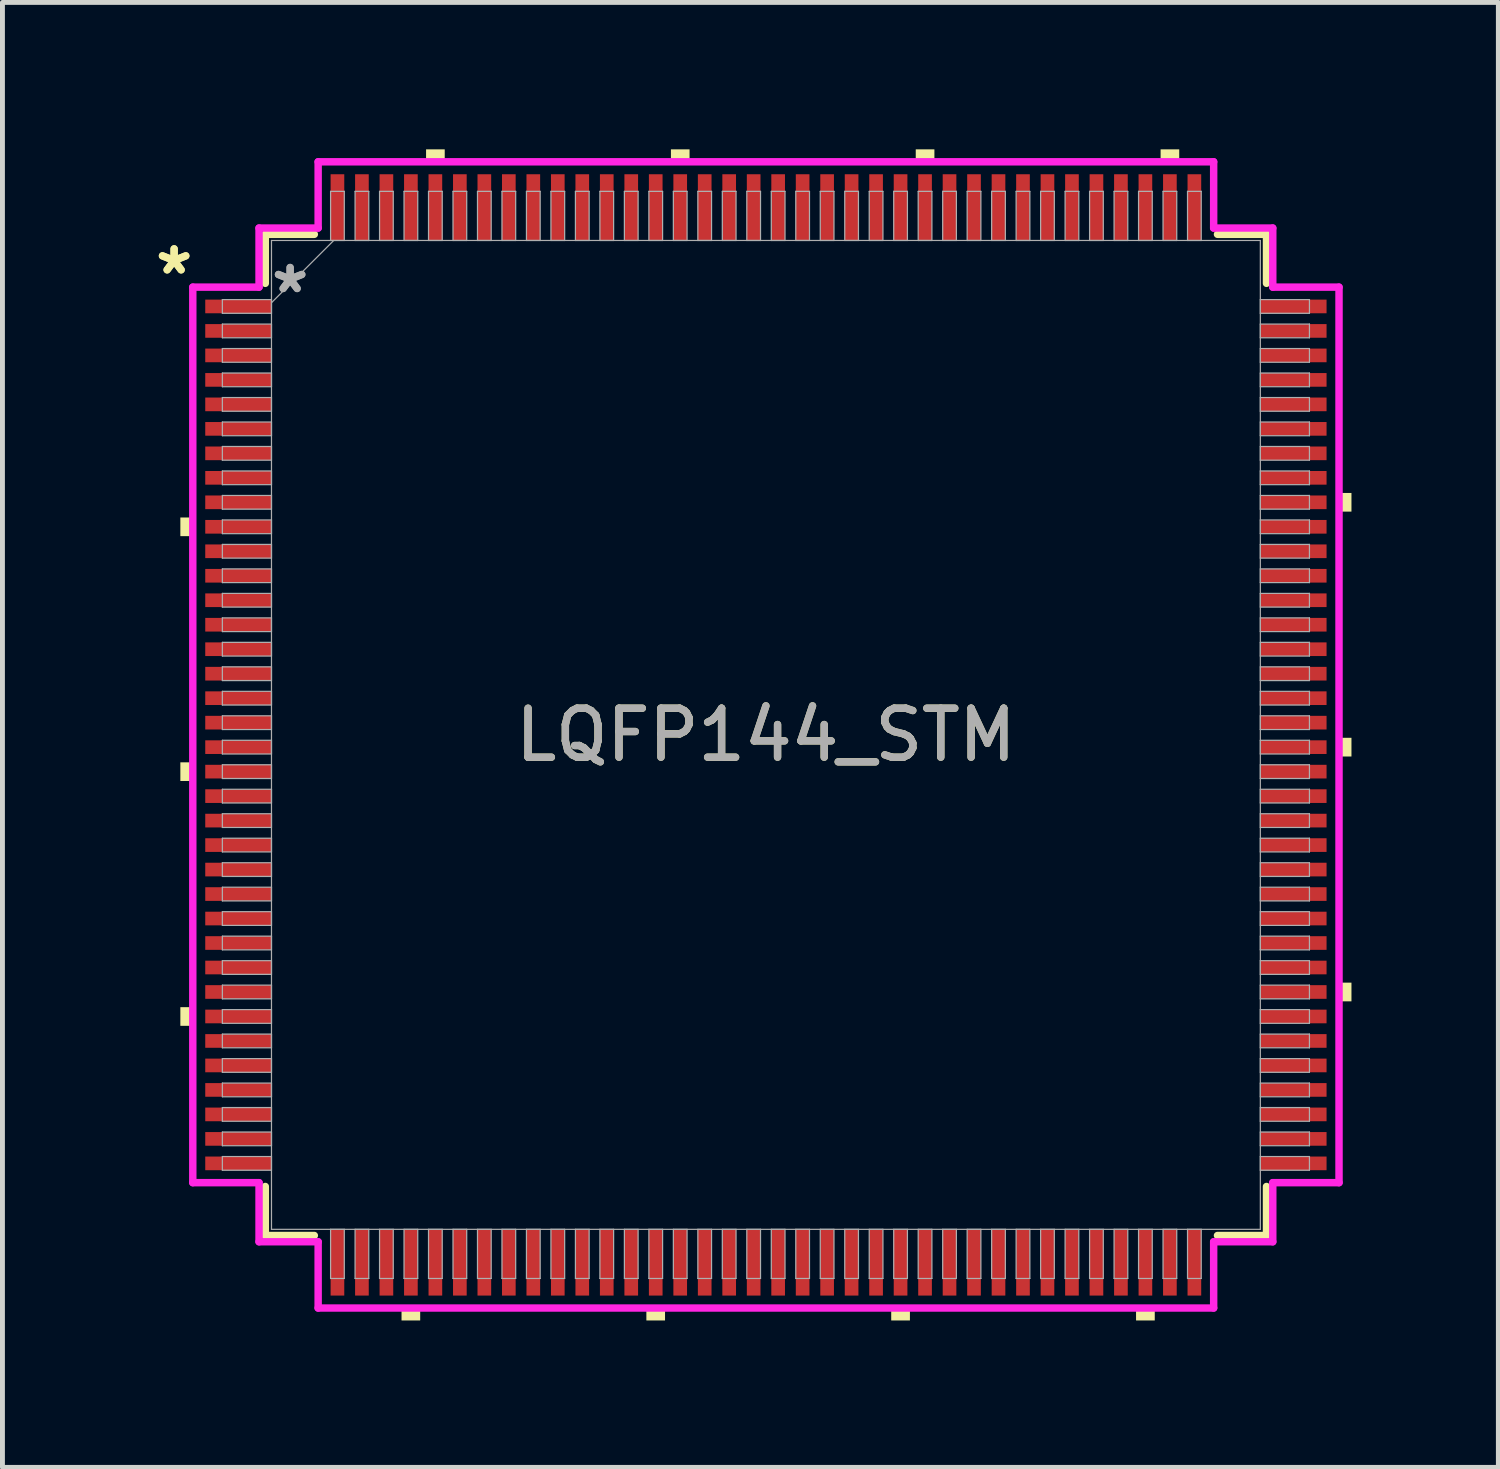
<source format=kicad_pcb>
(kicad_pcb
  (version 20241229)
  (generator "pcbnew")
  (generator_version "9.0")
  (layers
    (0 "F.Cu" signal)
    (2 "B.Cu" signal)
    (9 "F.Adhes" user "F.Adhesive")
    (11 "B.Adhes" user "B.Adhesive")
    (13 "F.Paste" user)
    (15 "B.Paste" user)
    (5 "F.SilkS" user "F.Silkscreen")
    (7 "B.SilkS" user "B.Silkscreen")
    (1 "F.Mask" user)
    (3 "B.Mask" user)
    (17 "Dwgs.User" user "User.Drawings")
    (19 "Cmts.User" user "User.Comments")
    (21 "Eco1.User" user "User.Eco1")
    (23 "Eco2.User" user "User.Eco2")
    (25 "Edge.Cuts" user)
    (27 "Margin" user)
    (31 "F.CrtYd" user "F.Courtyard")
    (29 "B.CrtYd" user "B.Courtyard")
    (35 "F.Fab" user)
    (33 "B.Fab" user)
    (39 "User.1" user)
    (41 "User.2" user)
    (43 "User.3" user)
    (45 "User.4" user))
  (footprint "LQFP144_STM"
    (layer "F.Cu")
    (at 12.591 11.958)
    (property "Reference" "LQFP144_STM" (at 0 0 0) (unlocked yes) (layer "F.SilkS") (effects (font (size 1 1) (thickness 0.15))))
    (attr smd)
    (fp_line (start -10.223 -10.223) (end -10.223 -9.222) (stroke (width 0.152) (type solid)) (layer "F.SilkS"))
    (fp_line (start -10.223 9.222) (end -10.223 10.223) (stroke (width 0.152) (type solid)) (layer "F.SilkS"))
    (fp_line (start -10.223 10.223) (end -9.222 10.223) (stroke (width 0.152) (type solid)) (layer "F.SilkS"))
    (fp_line (start -9.222 -10.223) (end -10.223 -10.223) (stroke (width 0.152) (type solid)) (layer "F.SilkS"))
    (fp_line (start 9.222 10.223) (end 10.223 10.223) (stroke (width 0.152) (type solid)) (layer "F.SilkS"))
    (fp_line (start 10.223 -10.223) (end 9.222 -10.223) (stroke (width 0.152) (type solid)) (layer "F.SilkS"))
    (fp_line (start 10.223 -9.222) (end 10.223 -10.223) (stroke (width 0.152) (type solid)) (layer "F.SilkS"))
    (fp_line (start 10.223 10.223) (end 10.223 9.222) (stroke (width 0.152) (type solid)) (layer "F.SilkS"))
    (fp_poly (pts (xy -11.958 -4.44) (xy -11.958 -4.059) (xy -11.704 -4.059) (xy -11.704 -4.44)) (stroke (width 0) (type solid)) (fill yes) (layer "F.SilkS"))
    (fp_poly (pts (xy -11.958 0.56) (xy -11.958 0.941) (xy -11.704 0.941) (xy -11.704 0.56)) (stroke (width 0) (type solid)) (fill yes) (layer "F.SilkS"))
    (fp_poly (pts (xy -11.958 5.56) (xy -11.958 5.941) (xy -11.704 5.941) (xy -11.704 5.56)) (stroke (width 0) (type solid)) (fill yes) (layer "F.SilkS"))
    (fp_poly (pts (xy -7.441 11.704) (xy -7.441 11.958) (xy -7.06 11.958) (xy -7.06 11.704)) (stroke (width 0) (type solid)) (fill yes) (layer "F.SilkS"))
    (fp_poly (pts (xy -6.94 -11.704) (xy -6.94 -11.958) (xy -6.559 -11.958) (xy -6.559 -11.704)) (stroke (width 0) (type solid)) (fill yes) (layer "F.SilkS"))
    (fp_poly (pts (xy -2.441 11.704) (xy -2.441 11.958) (xy -2.06 11.958) (xy -2.06 11.704)) (stroke (width 0) (type solid)) (fill yes) (layer "F.SilkS"))
    (fp_poly (pts (xy -1.94 -11.704) (xy -1.94 -11.958) (xy -1.559 -11.958) (xy -1.559 -11.704)) (stroke (width 0) (type solid)) (fill yes) (layer "F.SilkS"))
    (fp_poly (pts (xy 2.559 11.704) (xy 2.559 11.958) (xy 2.941 11.958) (xy 2.941 11.704)) (stroke (width 0) (type solid)) (fill yes) (layer "F.SilkS"))
    (fp_poly (pts (xy 3.06 -11.704) (xy 3.06 -11.958) (xy 3.441 -11.958) (xy 3.441 -11.704)) (stroke (width 0) (type solid)) (fill yes) (layer "F.SilkS"))
    (fp_poly (pts (xy 7.559 11.704) (xy 7.559 11.958) (xy 7.941 11.958) (xy 7.941 11.704)) (stroke (width 0) (type solid)) (fill yes) (layer "F.SilkS"))
    (fp_poly (pts (xy 8.06 -11.704) (xy 8.06 -11.958) (xy 8.441 -11.958) (xy 8.441 -11.704)) (stroke (width 0) (type solid)) (fill yes) (layer "F.SilkS"))
    (fp_poly (pts (xy 11.958 -4.941) (xy 11.958 -4.56) (xy 11.704 -4.56) (xy 11.704 -4.941)) (stroke (width 0) (type solid)) (fill yes) (layer "F.SilkS"))
    (fp_poly (pts (xy 11.958 0.059) (xy 11.958 0.441) (xy 11.704 0.441) (xy 11.704 0.059)) (stroke (width 0) (type solid)) (fill yes) (layer "F.SilkS"))
    (fp_poly (pts (xy 11.958 5.059) (xy 11.958 5.441) (xy 11.704 5.441) (xy 11.704 5.059)) (stroke (width 0) (type solid)) (fill yes) (layer "F.SilkS"))
    (fp_line (start -11.704 -9.144) (end -10.351 -9.144) (stroke (width 0.152) (type solid)) (layer "F.CrtYd"))
    (fp_line (start -11.704 9.144) (end -11.704 -9.144) (stroke (width 0.152) (type solid)) (layer "F.CrtYd"))
    (fp_line (start -10.351 -10.351) (end -9.144 -10.351) (stroke (width 0.152) (type solid)) (layer "F.CrtYd"))
    (fp_line (start -10.351 -9.144) (end -10.351 -10.351) (stroke (width 0.152) (type solid)) (layer "F.CrtYd"))
    (fp_line (start -10.351 9.144) (end -11.704 9.144) (stroke (width 0.152) (type solid)) (layer "F.CrtYd"))
    (fp_line (start -10.351 10.351) (end -10.351 9.144) (stroke (width 0.152) (type solid)) (layer "F.CrtYd"))
    (fp_line (start -10.351 10.351) (end -9.144 10.351) (stroke (width 0.152) (type solid)) (layer "F.CrtYd"))
    (fp_line (start -9.144 -11.704) (end 9.144 -11.704) (stroke (width 0.152) (type solid)) (layer "F.CrtYd"))
    (fp_line (start -9.144 -10.351) (end -9.144 -11.704) (stroke (width 0.152) (type solid)) (layer "F.CrtYd"))
    (fp_line (start -9.144 10.351) (end -9.144 11.704) (stroke (width 0.152) (type solid)) (layer "F.CrtYd"))
    (fp_line (start -9.144 11.704) (end 9.144 11.704) (stroke (width 0.152) (type solid)) (layer "F.CrtYd"))
    (fp_line (start 9.144 -11.704) (end 9.144 -10.351) (stroke (width 0.152) (type solid)) (layer "F.CrtYd"))
    (fp_line (start 9.144 -10.351) (end 10.351 -10.351) (stroke (width 0.152) (type solid)) (layer "F.CrtYd"))
    (fp_line (start 9.144 10.351) (end 10.351 10.351) (stroke (width 0.152) (type solid)) (layer "F.CrtYd"))
    (fp_line (start 9.144 11.704) (end 9.144 10.351) (stroke (width 0.152) (type solid)) (layer "F.CrtYd"))
    (fp_line (start 10.351 -9.144) (end 10.351 -10.351) (stroke (width 0.152) (type solid)) (layer "F.CrtYd"))
    (fp_line (start 10.351 9.144) (end 11.704 9.144) (stroke (width 0.152) (type solid)) (layer "F.CrtYd"))
    (fp_line (start 10.351 10.351) (end 10.351 9.144) (stroke (width 0.152) (type solid)) (layer "F.CrtYd"))
    (fp_line (start 11.704 -9.144) (end 10.351 -9.144) (stroke (width 0.152) (type solid)) (layer "F.CrtYd"))
    (fp_line (start 11.704 9.144) (end 11.704 -9.144) (stroke (width 0.152) (type solid)) (layer "F.CrtYd"))
    (fp_line (start -11.1 -8.89) (end -11.1 -8.61) (stroke (width 0.025) (type solid)) (layer "F.Fab"))
    (fp_line (start -11.1 -8.61) (end -10.097 -8.61) (stroke (width 0.025) (type solid)) (layer "F.Fab"))
    (fp_line (start -11.1 -8.39) (end -11.1 -8.11) (stroke (width 0.025) (type solid)) (layer "F.Fab"))
    (fp_line (start -11.1 -8.11) (end -10.097 -8.11) (stroke (width 0.025) (type solid)) (layer "F.Fab"))
    (fp_line (start -11.1 -7.89) (end -11.1 -7.61) (stroke (width 0.025) (type solid)) (layer "F.Fab"))
    (fp_line (start -11.1 -7.61) (end -10.097 -7.61) (stroke (width 0.025) (type solid)) (layer "F.Fab"))
    (fp_line (start -11.1 -7.39) (end -11.1 -7.11) (stroke (width 0.025) (type solid)) (layer "F.Fab"))
    (fp_line (start -11.1 -7.11) (end -10.097 -7.11) (stroke (width 0.025) (type solid)) (layer "F.Fab"))
    (fp_line (start -11.1 -6.89) (end -11.1 -6.61) (stroke (width 0.025) (type solid)) (layer "F.Fab"))
    (fp_line (start -11.1 -6.61) (end -10.097 -6.61) (stroke (width 0.025) (type solid)) (layer "F.Fab"))
    (fp_line (start -11.1 -6.39) (end -11.1 -6.11) (stroke (width 0.025) (type solid)) (layer "F.Fab"))
    (fp_line (start -11.1 -6.11) (end -10.097 -6.11) (stroke (width 0.025) (type solid)) (layer "F.Fab"))
    (fp_line (start -11.1 -5.89) (end -11.1 -5.61) (stroke (width 0.025) (type solid)) (layer "F.Fab"))
    (fp_line (start -11.1 -5.61) (end -10.097 -5.61) (stroke (width 0.025) (type solid)) (layer "F.Fab"))
    (fp_line (start -11.1 -5.39) (end -11.1 -5.11) (stroke (width 0.025) (type solid)) (layer "F.Fab"))
    (fp_line (start -11.1 -5.11) (end -10.097 -5.11) (stroke (width 0.025) (type solid)) (layer "F.Fab"))
    (fp_line (start -11.1 -4.89) (end -11.1 -4.61) (stroke (width 0.025) (type solid)) (layer "F.Fab"))
    (fp_line (start -11.1 -4.61) (end -10.097 -4.61) (stroke (width 0.025) (type solid)) (layer "F.Fab"))
    (fp_line (start -11.1 -4.39) (end -11.1 -4.11) (stroke (width 0.025) (type solid)) (layer "F.Fab"))
    (fp_line (start -11.1 -4.11) (end -10.097 -4.11) (stroke (width 0.025) (type solid)) (layer "F.Fab"))
    (fp_line (start -11.1 -3.89) (end -11.1 -3.61) (stroke (width 0.025) (type solid)) (layer "F.Fab"))
    (fp_line (start -11.1 -3.61) (end -10.097 -3.61) (stroke (width 0.025) (type solid)) (layer "F.Fab"))
    (fp_line (start -11.1 -3.39) (end -11.1 -3.11) (stroke (width 0.025) (type solid)) (layer "F.Fab"))
    (fp_line (start -11.1 -3.11) (end -10.097 -3.11) (stroke (width 0.025) (type solid)) (layer "F.Fab"))
    (fp_line (start -11.1 -2.89) (end -11.1 -2.61) (stroke (width 0.025) (type solid)) (layer "F.Fab"))
    (fp_line (start -11.1 -2.61) (end -10.097 -2.61) (stroke (width 0.025) (type solid)) (layer "F.Fab"))
    (fp_line (start -11.1 -2.39) (end -11.1 -2.11) (stroke (width 0.025) (type solid)) (layer "F.Fab"))
    (fp_line (start -11.1 -2.11) (end -10.097 -2.11) (stroke (width 0.025) (type solid)) (layer "F.Fab"))
    (fp_line (start -11.1 -1.89) (end -11.1 -1.61) (stroke (width 0.025) (type solid)) (layer "F.Fab"))
    (fp_line (start -11.1 -1.61) (end -10.097 -1.61) (stroke (width 0.025) (type solid)) (layer "F.Fab"))
    (fp_line (start -11.1 -1.39) (end -11.1 -1.11) (stroke (width 0.025) (type solid)) (layer "F.Fab"))
    (fp_line (start -11.1 -1.11) (end -10.097 -1.11) (stroke (width 0.025) (type solid)) (layer "F.Fab"))
    (fp_line (start -11.1 -0.89) (end -11.1 -0.61) (stroke (width 0.025) (type solid)) (layer "F.Fab"))
    (fp_line (start -11.1 -0.61) (end -10.097 -0.61) (stroke (width 0.025) (type solid)) (layer "F.Fab"))
    (fp_line (start -11.1 -0.39) (end -11.1 -0.11) (stroke (width 0.025) (type solid)) (layer "F.Fab"))
    (fp_line (start -11.1 -0.11) (end -10.097 -0.11) (stroke (width 0.025) (type solid)) (layer "F.Fab"))
    (fp_line (start -11.1 0.11) (end -11.1 0.39) (stroke (width 0.025) (type solid)) (layer "F.Fab"))
    (fp_line (start -11.1 0.39) (end -10.097 0.39) (stroke (width 0.025) (type solid)) (layer "F.Fab"))
    (fp_line (start -11.1 0.61) (end -11.1 0.89) (stroke (width 0.025) (type solid)) (layer "F.Fab"))
    (fp_line (start -11.1 0.89) (end -10.097 0.89) (stroke (width 0.025) (type solid)) (layer "F.Fab"))
    (fp_line (start -11.1 1.11) (end -11.1 1.39) (stroke (width 0.025) (type solid)) (layer "F.Fab"))
    (fp_line (start -11.1 1.39) (end -10.097 1.39) (stroke (width 0.025) (type solid)) (layer "F.Fab"))
    (fp_line (start -11.1 1.61) (end -11.1 1.89) (stroke (width 0.025) (type solid)) (layer "F.Fab"))
    (fp_line (start -11.1 1.89) (end -10.097 1.89) (stroke (width 0.025) (type solid)) (layer "F.Fab"))
    (fp_line (start -11.1 2.11) (end -11.1 2.39) (stroke (width 0.025) (type solid)) (layer "F.Fab"))
    (fp_line (start -11.1 2.39) (end -10.097 2.39) (stroke (width 0.025) (type solid)) (layer "F.Fab"))
    (fp_line (start -11.1 2.61) (end -11.1 2.89) (stroke (width 0.025) (type solid)) (layer "F.Fab"))
    (fp_line (start -11.1 2.89) (end -10.097 2.89) (stroke (width 0.025) (type solid)) (layer "F.Fab"))
    (fp_line (start -11.1 3.11) (end -11.1 3.39) (stroke (width 0.025) (type solid)) (layer "F.Fab"))
    (fp_line (start -11.1 3.39) (end -10.097 3.39) (stroke (width 0.025) (type solid)) (layer "F.Fab"))
    (fp_line (start -11.1 3.61) (end -11.1 3.89) (stroke (width 0.025) (type solid)) (layer "F.Fab"))
    (fp_line (start -11.1 3.89) (end -10.097 3.89) (stroke (width 0.025) (type solid)) (layer "F.Fab"))
    (fp_line (start -11.1 4.11) (end -11.1 4.39) (stroke (width 0.025) (type solid)) (layer "F.Fab"))
    (fp_line (start -11.1 4.39) (end -10.097 4.39) (stroke (width 0.025) (type solid)) (layer "F.Fab"))
    (fp_line (start -11.1 4.61) (end -11.1 4.89) (stroke (width 0.025) (type solid)) (layer "F.Fab"))
    (fp_line (start -11.1 4.89) (end -10.097 4.89) (stroke (width 0.025) (type solid)) (layer "F.Fab"))
    (fp_line (start -11.1 5.11) (end -11.1 5.39) (stroke (width 0.025) (type solid)) (layer "F.Fab"))
    (fp_line (start -11.1 5.39) (end -10.097 5.39) (stroke (width 0.025) (type solid)) (layer "F.Fab"))
    (fp_line (start -11.1 5.61) (end -11.1 5.89) (stroke (width 0.025) (type solid)) (layer "F.Fab"))
    (fp_line (start -11.1 5.89) (end -10.097 5.89) (stroke (width 0.025) (type solid)) (layer "F.Fab"))
    (fp_line (start -11.1 6.11) (end -11.1 6.39) (stroke (width 0.025) (type solid)) (layer "F.Fab"))
    (fp_line (start -11.1 6.39) (end -10.097 6.39) (stroke (width 0.025) (type solid)) (layer "F.Fab"))
    (fp_line (start -11.1 6.61) (end -11.1 6.89) (stroke (width 0.025) (type solid)) (layer "F.Fab"))
    (fp_line (start -11.1 6.89) (end -10.097 6.89) (stroke (width 0.025) (type solid)) (layer "F.Fab"))
    (fp_line (start -11.1 7.11) (end -11.1 7.39) (stroke (width 0.025) (type solid)) (layer "F.Fab"))
    (fp_line (start -11.1 7.39) (end -10.097 7.39) (stroke (width 0.025) (type solid)) (layer "F.Fab"))
    (fp_line (start -11.1 7.61) (end -11.1 7.89) (stroke (width 0.025) (type solid)) (layer "F.Fab"))
    (fp_line (start -11.1 7.89) (end -10.097 7.89) (stroke (width 0.025) (type solid)) (layer "F.Fab"))
    (fp_line (start -11.1 8.11) (end -11.1 8.39) (stroke (width 0.025) (type solid)) (layer "F.Fab"))
    (fp_line (start -11.1 8.39) (end -10.097 8.39) (stroke (width 0.025) (type solid)) (layer "F.Fab"))
    (fp_line (start -11.1 8.61) (end -11.1 8.89) (stroke (width 0.025) (type solid)) (layer "F.Fab"))
    (fp_line (start -11.1 8.89) (end -10.097 8.89) (stroke (width 0.025) (type solid)) (layer "F.Fab"))
    (fp_line (start -10.097 -10.097) (end -10.097 10.097) (stroke (width 0.025) (type solid)) (layer "F.Fab"))
    (fp_line (start -10.097 -8.89) (end -11.1 -8.89) (stroke (width 0.025) (type solid)) (layer "F.Fab"))
    (fp_line (start -10.097 -8.826) (end -8.826 -10.097) (stroke (width 0.025) (type solid)) (layer "F.Fab"))
    (fp_line (start -10.097 -8.61) (end -10.097 -8.89) (stroke (width 0.025) (type solid)) (layer "F.Fab"))
    (fp_line (start -10.097 -8.39) (end -11.1 -8.39) (stroke (width 0.025) (type solid)) (layer "F.Fab"))
    (fp_line (start -10.097 -8.11) (end -10.097 -8.39) (stroke (width 0.025) (type solid)) (layer "F.Fab"))
    (fp_line (start -10.097 -7.89) (end -11.1 -7.89) (stroke (width 0.025) (type solid)) (layer "F.Fab"))
    (fp_line (start -10.097 -7.61) (end -10.097 -7.89) (stroke (width 0.025) (type solid)) (layer "F.Fab"))
    (fp_line (start -10.097 -7.39) (end -11.1 -7.39) (stroke (width 0.025) (type solid)) (layer "F.Fab"))
    (fp_line (start -10.097 -7.11) (end -10.097 -7.39) (stroke (width 0.025) (type solid)) (layer "F.Fab"))
    (fp_line (start -10.097 -6.89) (end -11.1 -6.89) (stroke (width 0.025) (type solid)) (layer "F.Fab"))
    (fp_line (start -10.097 -6.61) (end -10.097 -6.89) (stroke (width 0.025) (type solid)) (layer "F.Fab"))
    (fp_line (start -10.097 -6.39) (end -11.1 -6.39) (stroke (width 0.025) (type solid)) (layer "F.Fab"))
    (fp_line (start -10.097 -6.11) (end -10.097 -6.39) (stroke (width 0.025) (type solid)) (layer "F.Fab"))
    (fp_line (start -10.097 -5.89) (end -11.1 -5.89) (stroke (width 0.025) (type solid)) (layer "F.Fab"))
    (fp_line (start -10.097 -5.61) (end -10.097 -5.89) (stroke (width 0.025) (type solid)) (layer "F.Fab"))
    (fp_line (start -10.097 -5.39) (end -11.1 -5.39) (stroke (width 0.025) (type solid)) (layer "F.Fab"))
    (fp_line (start -10.097 -5.11) (end -10.097 -5.39) (stroke (width 0.025) (type solid)) (layer "F.Fab"))
    (fp_line (start -10.097 -4.89) (end -11.1 -4.89) (stroke (width 0.025) (type solid)) (layer "F.Fab"))
    (fp_line (start -10.097 -4.61) (end -10.097 -4.89) (stroke (width 0.025) (type solid)) (layer "F.Fab"))
    (fp_line (start -10.097 -4.39) (end -11.1 -4.39) (stroke (width 0.025) (type solid)) (layer "F.Fab"))
    (fp_line (start -10.097 -4.11) (end -10.097 -4.39) (stroke (width 0.025) (type solid)) (layer "F.Fab"))
    (fp_line (start -10.097 -3.89) (end -11.1 -3.89) (stroke (width 0.025) (type solid)) (layer "F.Fab"))
    (fp_line (start -10.097 -3.61) (end -10.097 -3.89) (stroke (width 0.025) (type solid)) (layer "F.Fab"))
    (fp_line (start -10.097 -3.39) (end -11.1 -3.39) (stroke (width 0.025) (type solid)) (layer "F.Fab"))
    (fp_line (start -10.097 -3.11) (end -10.097 -3.39) (stroke (width 0.025) (type solid)) (layer "F.Fab"))
    (fp_line (start -10.097 -2.89) (end -11.1 -2.89) (stroke (width 0.025) (type solid)) (layer "F.Fab"))
    (fp_line (start -10.097 -2.61) (end -10.097 -2.89) (stroke (width 0.025) (type solid)) (layer "F.Fab"))
    (fp_line (start -10.097 -2.39) (end -11.1 -2.39) (stroke (width 0.025) (type solid)) (layer "F.Fab"))
    (fp_line (start -10.097 -2.11) (end -10.097 -2.39) (stroke (width 0.025) (type solid)) (layer "F.Fab"))
    (fp_line (start -10.097 -1.89) (end -11.1 -1.89) (stroke (width 0.025) (type solid)) (layer "F.Fab"))
    (fp_line (start -10.097 -1.61) (end -10.097 -1.89) (stroke (width 0.025) (type solid)) (layer "F.Fab"))
    (fp_line (start -10.097 -1.39) (end -11.1 -1.39) (stroke (width 0.025) (type solid)) (layer "F.Fab"))
    (fp_line (start -10.097 -1.11) (end -10.097 -1.39) (stroke (width 0.025) (type solid)) (layer "F.Fab"))
    (fp_line (start -10.097 -0.89) (end -11.1 -0.89) (stroke (width 0.025) (type solid)) (layer "F.Fab"))
    (fp_line (start -10.097 -0.61) (end -10.097 -0.89) (stroke (width 0.025) (type solid)) (layer "F.Fab"))
    (fp_line (start -10.097 -0.39) (end -11.1 -0.39) (stroke (width 0.025) (type solid)) (layer "F.Fab"))
    (fp_line (start -10.097 -0.11) (end -10.097 -0.39) (stroke (width 0.025) (type solid)) (layer "F.Fab"))
    (fp_line (start -10.097 0.11) (end -11.1 0.11) (stroke (width 0.025) (type solid)) (layer "F.Fab"))
    (fp_line (start -10.097 0.39) (end -10.097 0.11) (stroke (width 0.025) (type solid)) (layer "F.Fab"))
    (fp_line (start -10.097 0.61) (end -11.1 0.61) (stroke (width 0.025) (type solid)) (layer "F.Fab"))
    (fp_line (start -10.097 0.89) (end -10.097 0.61) (stroke (width 0.025) (type solid)) (layer "F.Fab"))
    (fp_line (start -10.097 1.11) (end -11.1 1.11) (stroke (width 0.025) (type solid)) (layer "F.Fab"))
    (fp_line (start -10.097 1.39) (end -10.097 1.11) (stroke (width 0.025) (type solid)) (layer "F.Fab"))
    (fp_line (start -10.097 1.61) (end -11.1 1.61) (stroke (width 0.025) (type solid)) (layer "F.Fab"))
    (fp_line (start -10.097 1.89) (end -10.097 1.61) (stroke (width 0.025) (type solid)) (layer "F.Fab"))
    (fp_line (start -10.097 2.11) (end -11.1 2.11) (stroke (width 0.025) (type solid)) (layer "F.Fab"))
    (fp_line (start -10.097 2.39) (end -10.097 2.11) (stroke (width 0.025) (type solid)) (layer "F.Fab"))
    (fp_line (start -10.097 2.61) (end -11.1 2.61) (stroke (width 0.025) (type solid)) (layer "F.Fab"))
    (fp_line (start -10.097 2.89) (end -10.097 2.61) (stroke (width 0.025) (type solid)) (layer "F.Fab"))
    (fp_line (start -10.097 3.11) (end -11.1 3.11) (stroke (width 0.025) (type solid)) (layer "F.Fab"))
    (fp_line (start -10.097 3.39) (end -10.097 3.11) (stroke (width 0.025) (type solid)) (layer "F.Fab"))
    (fp_line (start -10.097 3.61) (end -11.1 3.61) (stroke (width 0.025) (type solid)) (layer "F.Fab"))
    (fp_line (start -10.097 3.89) (end -10.097 3.61) (stroke (width 0.025) (type solid)) (layer "F.Fab"))
    (fp_line (start -10.097 4.11) (end -11.1 4.11) (stroke (width 0.025) (type solid)) (layer "F.Fab"))
    (fp_line (start -10.097 4.39) (end -10.097 4.11) (stroke (width 0.025) (type solid)) (layer "F.Fab"))
    (fp_line (start -10.097 4.61) (end -11.1 4.61) (stroke (width 0.025) (type solid)) (layer "F.Fab"))
    (fp_line (start -10.097 4.89) (end -10.097 4.61) (stroke (width 0.025) (type solid)) (layer "F.Fab"))
    (fp_line (start -10.097 5.11) (end -11.1 5.11) (stroke (width 0.025) (type solid)) (layer "F.Fab"))
    (fp_line (start -10.097 5.39) (end -10.097 5.11) (stroke (width 0.025) (type solid)) (layer "F.Fab"))
    (fp_line (start -10.097 5.61) (end -11.1 5.61) (stroke (width 0.025) (type solid)) (layer "F.Fab"))
    (fp_line (start -10.097 5.89) (end -10.097 5.61) (stroke (width 0.025) (type solid)) (layer "F.Fab"))
    (fp_line (start -10.097 6.11) (end -11.1 6.11) (stroke (width 0.025) (type solid)) (layer "F.Fab"))
    (fp_line (start -10.097 6.39) (end -10.097 6.11) (stroke (width 0.025) (type solid)) (layer "F.Fab"))
    (fp_line (start -10.097 6.61) (end -11.1 6.61) (stroke (width 0.025) (type solid)) (layer "F.Fab"))
    (fp_line (start -10.097 6.89) (end -10.097 6.61) (stroke (width 0.025) (type solid)) (layer "F.Fab"))
    (fp_line (start -10.097 7.11) (end -11.1 7.11) (stroke (width 0.025) (type solid)) (layer "F.Fab"))
    (fp_line (start -10.097 7.39) (end -10.097 7.11) (stroke (width 0.025) (type solid)) (layer "F.Fab"))
    (fp_line (start -10.097 7.61) (end -11.1 7.61) (stroke (width 0.025) (type solid)) (layer "F.Fab"))
    (fp_line (start -10.097 7.89) (end -10.097 7.61) (stroke (width 0.025) (type solid)) (layer "F.Fab"))
    (fp_line (start -10.097 8.11) (end -11.1 8.11) (stroke (width 0.025) (type solid)) (layer "F.Fab"))
    (fp_line (start -10.097 8.39) (end -10.097 8.11) (stroke (width 0.025) (type solid)) (layer "F.Fab"))
    (fp_line (start -10.097 8.61) (end -11.1 8.61) (stroke (width 0.025) (type solid)) (layer "F.Fab"))
    (fp_line (start -10.097 8.89) (end -10.097 8.61) (stroke (width 0.025) (type solid)) (layer "F.Fab"))
    (fp_line (start -10.097 10.097) (end 10.097 10.097) (stroke (width 0.025) (type solid)) (layer "F.Fab"))
    (fp_line (start -8.89 -11.1) (end -8.89 -10.097) (stroke (width 0.025) (type solid)) (layer "F.Fab"))
    (fp_line (start -8.89 -10.097) (end -8.61 -10.097) (stroke (width 0.025) (type solid)) (layer "F.Fab"))
    (fp_line (start -8.89 10.097) (end -8.89 11.1) (stroke (width 0.025) (type solid)) (layer "F.Fab"))
    (fp_line (start -8.89 11.1) (end -8.61 11.1) (stroke (width 0.025) (type solid)) (layer "F.Fab"))
    (fp_line (start -8.61 -11.1) (end -8.89 -11.1) (stroke (width 0.025) (type solid)) (layer "F.Fab"))
    (fp_line (start -8.61 -10.097) (end -8.61 -11.1) (stroke (width 0.025) (type solid)) (layer "F.Fab"))
    (fp_line (start -8.61 10.097) (end -8.89 10.097) (stroke (width 0.025) (type solid)) (layer "F.Fab"))
    (fp_line (start -8.61 11.1) (end -8.61 10.097) (stroke (width 0.025) (type solid)) (layer "F.Fab"))
    (fp_line (start -8.39 -11.1) (end -8.39 -10.097) (stroke (width 0.025) (type solid)) (layer "F.Fab"))
    (fp_line (start -8.39 -10.097) (end -8.11 -10.097) (stroke (width 0.025) (type solid)) (layer "F.Fab"))
    (fp_line (start -8.39 10.097) (end -8.39 11.1) (stroke (width 0.025) (type solid)) (layer "F.Fab"))
    (fp_line (start -8.39 11.1) (end -8.11 11.1) (stroke (width 0.025) (type solid)) (layer "F.Fab"))
    (fp_line (start -8.11 -11.1) (end -8.39 -11.1) (stroke (width 0.025) (type solid)) (layer "F.Fab"))
    (fp_line (start -8.11 -10.097) (end -8.11 -11.1) (stroke (width 0.025) (type solid)) (layer "F.Fab"))
    (fp_line (start -8.11 10.097) (end -8.39 10.097) (stroke (width 0.025) (type solid)) (layer "F.Fab"))
    (fp_line (start -8.11 11.1) (end -8.11 10.097) (stroke (width 0.025) (type solid)) (layer "F.Fab"))
    (fp_line (start -7.89 -11.1) (end -7.89 -10.097) (stroke (width 0.025) (type solid)) (layer "F.Fab"))
    (fp_line (start -7.89 -10.097) (end -7.61 -10.097) (stroke (width 0.025) (type solid)) (layer "F.Fab"))
    (fp_line (start -7.89 10.097) (end -7.89 11.1) (stroke (width 0.025) (type solid)) (layer "F.Fab"))
    (fp_line (start -7.89 11.1) (end -7.61 11.1) (stroke (width 0.025) (type solid)) (layer "F.Fab"))
    (fp_line (start -7.61 -11.1) (end -7.89 -11.1) (stroke (width 0.025) (type solid)) (layer "F.Fab"))
    (fp_line (start -7.61 -10.097) (end -7.61 -11.1) (stroke (width 0.025) (type solid)) (layer "F.Fab"))
    (fp_line (start -7.61 10.097) (end -7.89 10.097) (stroke (width 0.025) (type solid)) (layer "F.Fab"))
    (fp_line (start -7.61 11.1) (end -7.61 10.097) (stroke (width 0.025) (type solid)) (layer "F.Fab"))
    (fp_line (start -7.39 -11.1) (end -7.39 -10.097) (stroke (width 0.025) (type solid)) (layer "F.Fab"))
    (fp_line (start -7.39 -10.097) (end -7.11 -10.097) (stroke (width 0.025) (type solid)) (layer "F.Fab"))
    (fp_line (start -7.39 10.097) (end -7.39 11.1) (stroke (width 0.025) (type solid)) (layer "F.Fab"))
    (fp_line (start -7.39 11.1) (end -7.11 11.1) (stroke (width 0.025) (type solid)) (layer "F.Fab"))
    (fp_line (start -7.11 -11.1) (end -7.39 -11.1) (stroke (width 0.025) (type solid)) (layer "F.Fab"))
    (fp_line (start -7.11 -10.097) (end -7.11 -11.1) (stroke (width 0.025) (type solid)) (layer "F.Fab"))
    (fp_line (start -7.11 10.097) (end -7.39 10.097) (stroke (width 0.025) (type solid)) (layer "F.Fab"))
    (fp_line (start -7.11 11.1) (end -7.11 10.097) (stroke (width 0.025) (type solid)) (layer "F.Fab"))
    (fp_line (start -6.89 -11.1) (end -6.89 -10.097) (stroke (width 0.025) (type solid)) (layer "F.Fab"))
    (fp_line (start -6.89 -10.097) (end -6.61 -10.097) (stroke (width 0.025) (type solid)) (layer "F.Fab"))
    (fp_line (start -6.89 10.097) (end -6.89 11.1) (stroke (width 0.025) (type solid)) (layer "F.Fab"))
    (fp_line (start -6.89 11.1) (end -6.61 11.1) (stroke (width 0.025) (type solid)) (layer "F.Fab"))
    (fp_line (start -6.61 -11.1) (end -6.89 -11.1) (stroke (width 0.025) (type solid)) (layer "F.Fab"))
    (fp_line (start -6.61 -10.097) (end -6.61 -11.1) (stroke (width 0.025) (type solid)) (layer "F.Fab"))
    (fp_line (start -6.61 10.097) (end -6.89 10.097) (stroke (width 0.025) (type solid)) (layer "F.Fab"))
    (fp_line (start -6.61 11.1) (end -6.61 10.097) (stroke (width 0.025) (type solid)) (layer "F.Fab"))
    (fp_line (start -6.39 -11.1) (end -6.39 -10.097) (stroke (width 0.025) (type solid)) (layer "F.Fab"))
    (fp_line (start -6.39 -10.097) (end -6.11 -10.097) (stroke (width 0.025) (type solid)) (layer "F.Fab"))
    (fp_line (start -6.39 10.097) (end -6.39 11.1) (stroke (width 0.025) (type solid)) (layer "F.Fab"))
    (fp_line (start -6.39 11.1) (end -6.11 11.1) (stroke (width 0.025) (type solid)) (layer "F.Fab"))
    (fp_line (start -6.11 -11.1) (end -6.39 -11.1) (stroke (width 0.025) (type solid)) (layer "F.Fab"))
    (fp_line (start -6.11 -10.097) (end -6.11 -11.1) (stroke (width 0.025) (type solid)) (layer "F.Fab"))
    (fp_line (start -6.11 10.097) (end -6.39 10.097) (stroke (width 0.025) (type solid)) (layer "F.Fab"))
    (fp_line (start -6.11 11.1) (end -6.11 10.097) (stroke (width 0.025) (type solid)) (layer "F.Fab"))
    (fp_line (start -5.89 -11.1) (end -5.89 -10.097) (stroke (width 0.025) (type solid)) (layer "F.Fab"))
    (fp_line (start -5.89 -10.097) (end -5.61 -10.097) (stroke (width 0.025) (type solid)) (layer "F.Fab"))
    (fp_line (start -5.89 10.097) (end -5.89 11.1) (stroke (width 0.025) (type solid)) (layer "F.Fab"))
    (fp_line (start -5.89 11.1) (end -5.61 11.1) (stroke (width 0.025) (type solid)) (layer "F.Fab"))
    (fp_line (start -5.61 -11.1) (end -5.89 -11.1) (stroke (width 0.025) (type solid)) (layer "F.Fab"))
    (fp_line (start -5.61 -10.097) (end -5.61 -11.1) (stroke (width 0.025) (type solid)) (layer "F.Fab"))
    (fp_line (start -5.61 10.097) (end -5.89 10.097) (stroke (width 0.025) (type solid)) (layer "F.Fab"))
    (fp_line (start -5.61 11.1) (end -5.61 10.097) (stroke (width 0.025) (type solid)) (layer "F.Fab"))
    (fp_line (start -5.39 -11.1) (end -5.39 -10.097) (stroke (width 0.025) (type solid)) (layer "F.Fab"))
    (fp_line (start -5.39 -10.097) (end -5.11 -10.097) (stroke (width 0.025) (type solid)) (layer "F.Fab"))
    (fp_line (start -5.39 10.097) (end -5.39 11.1) (stroke (width 0.025) (type solid)) (layer "F.Fab"))
    (fp_line (start -5.39 11.1) (end -5.11 11.1) (stroke (width 0.025) (type solid)) (layer "F.Fab"))
    (fp_line (start -5.11 -11.1) (end -5.39 -11.1) (stroke (width 0.025) (type solid)) (layer "F.Fab"))
    (fp_line (start -5.11 -10.097) (end -5.11 -11.1) (stroke (width 0.025) (type solid)) (layer "F.Fab"))
    (fp_line (start -5.11 10.097) (end -5.39 10.097) (stroke (width 0.025) (type solid)) (layer "F.Fab"))
    (fp_line (start -5.11 11.1) (end -5.11 10.097) (stroke (width 0.025) (type solid)) (layer "F.Fab"))
    (fp_line (start -4.89 -11.1) (end -4.89 -10.097) (stroke (width 0.025) (type solid)) (layer "F.Fab"))
    (fp_line (start -4.89 -10.097) (end -4.61 -10.097) (stroke (width 0.025) (type solid)) (layer "F.Fab"))
    (fp_line (start -4.89 10.097) (end -4.89 11.1) (stroke (width 0.025) (type solid)) (layer "F.Fab"))
    (fp_line (start -4.89 11.1) (end -4.61 11.1) (stroke (width 0.025) (type solid)) (layer "F.Fab"))
    (fp_line (start -4.61 -11.1) (end -4.89 -11.1) (stroke (width 0.025) (type solid)) (layer "F.Fab"))
    (fp_line (start -4.61 -10.097) (end -4.61 -11.1) (stroke (width 0.025) (type solid)) (layer "F.Fab"))
    (fp_line (start -4.61 10.097) (end -4.89 10.097) (stroke (width 0.025) (type solid)) (layer "F.Fab"))
    (fp_line (start -4.61 11.1) (end -4.61 10.097) (stroke (width 0.025) (type solid)) (layer "F.Fab"))
    (fp_line (start -4.39 -11.1) (end -4.39 -10.097) (stroke (width 0.025) (type solid)) (layer "F.Fab"))
    (fp_line (start -4.39 -10.097) (end -4.11 -10.097) (stroke (width 0.025) (type solid)) (layer "F.Fab"))
    (fp_line (start -4.39 10.097) (end -4.39 11.1) (stroke (width 0.025) (type solid)) (layer "F.Fab"))
    (fp_line (start -4.39 11.1) (end -4.11 11.1) (stroke (width 0.025) (type solid)) (layer "F.Fab"))
    (fp_line (start -4.11 -11.1) (end -4.39 -11.1) (stroke (width 0.025) (type solid)) (layer "F.Fab"))
    (fp_line (start -4.11 -10.097) (end -4.11 -11.1) (stroke (width 0.025) (type solid)) (layer "F.Fab"))
    (fp_line (start -4.11 10.097) (end -4.39 10.097) (stroke (width 0.025) (type solid)) (layer "F.Fab"))
    (fp_line (start -4.11 11.1) (end -4.11 10.097) (stroke (width 0.025) (type solid)) (layer "F.Fab"))
    (fp_line (start -3.89 -11.1) (end -3.89 -10.097) (stroke (width 0.025) (type solid)) (layer "F.Fab"))
    (fp_line (start -3.89 -10.097) (end -3.61 -10.097) (stroke (width 0.025) (type solid)) (layer "F.Fab"))
    (fp_line (start -3.89 10.097) (end -3.89 11.1) (stroke (width 0.025) (type solid)) (layer "F.Fab"))
    (fp_line (start -3.89 11.1) (end -3.61 11.1) (stroke (width 0.025) (type solid)) (layer "F.Fab"))
    (fp_line (start -3.61 -11.1) (end -3.89 -11.1) (stroke (width 0.025) (type solid)) (layer "F.Fab"))
    (fp_line (start -3.61 -10.097) (end -3.61 -11.1) (stroke (width 0.025) (type solid)) (layer "F.Fab"))
    (fp_line (start -3.61 10.097) (end -3.89 10.097) (stroke (width 0.025) (type solid)) (layer "F.Fab"))
    (fp_line (start -3.61 11.1) (end -3.61 10.097) (stroke (width 0.025) (type solid)) (layer "F.Fab"))
    (fp_line (start -3.39 -11.1) (end -3.39 -10.097) (stroke (width 0.025) (type solid)) (layer "F.Fab"))
    (fp_line (start -3.39 -10.097) (end -3.11 -10.097) (stroke (width 0.025) (type solid)) (layer "F.Fab"))
    (fp_line (start -3.39 10.097) (end -3.39 11.1) (stroke (width 0.025) (type solid)) (layer "F.Fab"))
    (fp_line (start -3.39 11.1) (end -3.11 11.1) (stroke (width 0.025) (type solid)) (layer "F.Fab"))
    (fp_line (start -3.11 -11.1) (end -3.39 -11.1) (stroke (width 0.025) (type solid)) (layer "F.Fab"))
    (fp_line (start -3.11 -10.097) (end -3.11 -11.1) (stroke (width 0.025) (type solid)) (layer "F.Fab"))
    (fp_line (start -3.11 10.097) (end -3.39 10.097) (stroke (width 0.025) (type solid)) (layer "F.Fab"))
    (fp_line (start -3.11 11.1) (end -3.11 10.097) (stroke (width 0.025) (type solid)) (layer "F.Fab"))
    (fp_line (start -2.89 -11.1) (end -2.89 -10.097) (stroke (width 0.025) (type solid)) (layer "F.Fab"))
    (fp_line (start -2.89 -10.097) (end -2.61 -10.097) (stroke (width 0.025) (type solid)) (layer "F.Fab"))
    (fp_line (start -2.89 10.097) (end -2.89 11.1) (stroke (width 0.025) (type solid)) (layer "F.Fab"))
    (fp_line (start -2.89 11.1) (end -2.61 11.1) (stroke (width 0.025) (type solid)) (layer "F.Fab"))
    (fp_line (start -2.61 -11.1) (end -2.89 -11.1) (stroke (width 0.025) (type solid)) (layer "F.Fab"))
    (fp_line (start -2.61 -10.097) (end -2.61 -11.1) (stroke (width 0.025) (type solid)) (layer "F.Fab"))
    (fp_line (start -2.61 10.097) (end -2.89 10.097) (stroke (width 0.025) (type solid)) (layer "F.Fab"))
    (fp_line (start -2.61 11.1) (end -2.61 10.097) (stroke (width 0.025) (type solid)) (layer "F.Fab"))
    (fp_line (start -2.39 -11.1) (end -2.39 -10.097) (stroke (width 0.025) (type solid)) (layer "F.Fab"))
    (fp_line (start -2.39 -10.097) (end -2.11 -10.097) (stroke (width 0.025) (type solid)) (layer "F.Fab"))
    (fp_line (start -2.39 10.097) (end -2.39 11.1) (stroke (width 0.025) (type solid)) (layer "F.Fab"))
    (fp_line (start -2.39 11.1) (end -2.11 11.1) (stroke (width 0.025) (type solid)) (layer "F.Fab"))
    (fp_line (start -2.11 -11.1) (end -2.39 -11.1) (stroke (width 0.025) (type solid)) (layer "F.Fab"))
    (fp_line (start -2.11 -10.097) (end -2.11 -11.1) (stroke (width 0.025) (type solid)) (layer "F.Fab"))
    (fp_line (start -2.11 10.097) (end -2.39 10.097) (stroke (width 0.025) (type solid)) (layer "F.Fab"))
    (fp_line (start -2.11 11.1) (end -2.11 10.097) (stroke (width 0.025) (type solid)) (layer "F.Fab"))
    (fp_line (start -1.89 -11.1) (end -1.89 -10.097) (stroke (width 0.025) (type solid)) (layer "F.Fab"))
    (fp_line (start -1.89 -10.097) (end -1.61 -10.097) (stroke (width 0.025) (type solid)) (layer "F.Fab"))
    (fp_line (start -1.89 10.097) (end -1.89 11.1) (stroke (width 0.025) (type solid)) (layer "F.Fab"))
    (fp_line (start -1.89 11.1) (end -1.61 11.1) (stroke (width 0.025) (type solid)) (layer "F.Fab"))
    (fp_line (start -1.61 -11.1) (end -1.89 -11.1) (stroke (width 0.025) (type solid)) (layer "F.Fab"))
    (fp_line (start -1.61 -10.097) (end -1.61 -11.1) (stroke (width 0.025) (type solid)) (layer "F.Fab"))
    (fp_line (start -1.61 10.097) (end -1.89 10.097) (stroke (width 0.025) (type solid)) (layer "F.Fab"))
    (fp_line (start -1.61 11.1) (end -1.61 10.097) (stroke (width 0.025) (type solid)) (layer "F.Fab"))
    (fp_line (start -1.39 -11.1) (end -1.39 -10.097) (stroke (width 0.025) (type solid)) (layer "F.Fab"))
    (fp_line (start -1.39 -10.097) (end -1.11 -10.097) (stroke (width 0.025) (type solid)) (layer "F.Fab"))
    (fp_line (start -1.39 10.097) (end -1.39 11.1) (stroke (width 0.025) (type solid)) (layer "F.Fab"))
    (fp_line (start -1.39 11.1) (end -1.11 11.1) (stroke (width 0.025) (type solid)) (layer "F.Fab"))
    (fp_line (start -1.11 -11.1) (end -1.39 -11.1) (stroke (width 0.025) (type solid)) (layer "F.Fab"))
    (fp_line (start -1.11 -10.097) (end -1.11 -11.1) (stroke (width 0.025) (type solid)) (layer "F.Fab"))
    (fp_line (start -1.11 10.097) (end -1.39 10.097) (stroke (width 0.025) (type solid)) (layer "F.Fab"))
    (fp_line (start -1.11 11.1) (end -1.11 10.097) (stroke (width 0.025) (type solid)) (layer "F.Fab"))
    (fp_line (start -0.89 -11.1) (end -0.89 -10.097) (stroke (width 0.025) (type solid)) (layer "F.Fab"))
    (fp_line (start -0.89 -10.097) (end -0.61 -10.097) (stroke (width 0.025) (type solid)) (layer "F.Fab"))
    (fp_line (start -0.89 10.097) (end -0.89 11.1) (stroke (width 0.025) (type solid)) (layer "F.Fab"))
    (fp_line (start -0.89 11.1) (end -0.61 11.1) (stroke (width 0.025) (type solid)) (layer "F.Fab"))
    (fp_line (start -0.61 -11.1) (end -0.89 -11.1) (stroke (width 0.025) (type solid)) (layer "F.Fab"))
    (fp_line (start -0.61 -10.097) (end -0.61 -11.1) (stroke (width 0.025) (type solid)) (layer "F.Fab"))
    (fp_line (start -0.61 10.097) (end -0.89 10.097) (stroke (width 0.025) (type solid)) (layer "F.Fab"))
    (fp_line (start -0.61 11.1) (end -0.61 10.097) (stroke (width 0.025) (type solid)) (layer "F.Fab"))
    (fp_line (start -0.39 -11.1) (end -0.39 -10.097) (stroke (width 0.025) (type solid)) (layer "F.Fab"))
    (fp_line (start -0.39 -10.097) (end -0.11 -10.097) (stroke (width 0.025) (type solid)) (layer "F.Fab"))
    (fp_line (start -0.39 10.097) (end -0.39 11.1) (stroke (width 0.025) (type solid)) (layer "F.Fab"))
    (fp_line (start -0.39 11.1) (end -0.11 11.1) (stroke (width 0.025) (type solid)) (layer "F.Fab"))
    (fp_line (start -0.11 -11.1) (end -0.39 -11.1) (stroke (width 0.025) (type solid)) (layer "F.Fab"))
    (fp_line (start -0.11 -10.097) (end -0.11 -11.1) (stroke (width 0.025) (type solid)) (layer "F.Fab"))
    (fp_line (start -0.11 10.097) (end -0.39 10.097) (stroke (width 0.025) (type solid)) (layer "F.Fab"))
    (fp_line (start -0.11 11.1) (end -0.11 10.097) (stroke (width 0.025) (type solid)) (layer "F.Fab"))
    (fp_line (start 0.11 -11.1) (end 0.11 -10.097) (stroke (width 0.025) (type solid)) (layer "F.Fab"))
    (fp_line (start 0.11 -10.097) (end 0.39 -10.097) (stroke (width 0.025) (type solid)) (layer "F.Fab"))
    (fp_line (start 0.11 10.097) (end 0.11 11.1) (stroke (width 0.025) (type solid)) (layer "F.Fab"))
    (fp_line (start 0.11 11.1) (end 0.39 11.1) (stroke (width 0.025) (type solid)) (layer "F.Fab"))
    (fp_line (start 0.39 -11.1) (end 0.11 -11.1) (stroke (width 0.025) (type solid)) (layer "F.Fab"))
    (fp_line (start 0.39 -10.097) (end 0.39 -11.1) (stroke (width 0.025) (type solid)) (layer "F.Fab"))
    (fp_line (start 0.39 10.097) (end 0.11 10.097) (stroke (width 0.025) (type solid)) (layer "F.Fab"))
    (fp_line (start 0.39 11.1) (end 0.39 10.097) (stroke (width 0.025) (type solid)) (layer "F.Fab"))
    (fp_line (start 0.61 -11.1) (end 0.61 -10.097) (stroke (width 0.025) (type solid)) (layer "F.Fab"))
    (fp_line (start 0.61 -10.097) (end 0.89 -10.097) (stroke (width 0.025) (type solid)) (layer "F.Fab"))
    (fp_line (start 0.61 10.097) (end 0.61 11.1) (stroke (width 0.025) (type solid)) (layer "F.Fab"))
    (fp_line (start 0.61 11.1) (end 0.89 11.1) (stroke (width 0.025) (type solid)) (layer "F.Fab"))
    (fp_line (start 0.89 -11.1) (end 0.61 -11.1) (stroke (width 0.025) (type solid)) (layer "F.Fab"))
    (fp_line (start 0.89 -10.097) (end 0.89 -11.1) (stroke (width 0.025) (type solid)) (layer "F.Fab"))
    (fp_line (start 0.89 10.097) (end 0.61 10.097) (stroke (width 0.025) (type solid)) (layer "F.Fab"))
    (fp_line (start 0.89 11.1) (end 0.89 10.097) (stroke (width 0.025) (type solid)) (layer "F.Fab"))
    (fp_line (start 1.11 -11.1) (end 1.11 -10.097) (stroke (width 0.025) (type solid)) (layer "F.Fab"))
    (fp_line (start 1.11 -10.097) (end 1.39 -10.097) (stroke (width 0.025) (type solid)) (layer "F.Fab"))
    (fp_line (start 1.11 10.097) (end 1.11 11.1) (stroke (width 0.025) (type solid)) (layer "F.Fab"))
    (fp_line (start 1.11 11.1) (end 1.39 11.1) (stroke (width 0.025) (type solid)) (layer "F.Fab"))
    (fp_line (start 1.39 -11.1) (end 1.11 -11.1) (stroke (width 0.025) (type solid)) (layer "F.Fab"))
    (fp_line (start 1.39 -10.097) (end 1.39 -11.1) (stroke (width 0.025) (type solid)) (layer "F.Fab"))
    (fp_line (start 1.39 10.097) (end 1.11 10.097) (stroke (width 0.025) (type solid)) (layer "F.Fab"))
    (fp_line (start 1.39 11.1) (end 1.39 10.097) (stroke (width 0.025) (type solid)) (layer "F.Fab"))
    (fp_line (start 1.61 -11.1) (end 1.61 -10.097) (stroke (width 0.025) (type solid)) (layer "F.Fab"))
    (fp_line (start 1.61 -10.097) (end 1.89 -10.097) (stroke (width 0.025) (type solid)) (layer "F.Fab"))
    (fp_line (start 1.61 10.097) (end 1.61 11.1) (stroke (width 0.025) (type solid)) (layer "F.Fab"))
    (fp_line (start 1.61 11.1) (end 1.89 11.1) (stroke (width 0.025) (type solid)) (layer "F.Fab"))
    (fp_line (start 1.89 -11.1) (end 1.61 -11.1) (stroke (width 0.025) (type solid)) (layer "F.Fab"))
    (fp_line (start 1.89 -10.097) (end 1.89 -11.1) (stroke (width 0.025) (type solid)) (layer "F.Fab"))
    (fp_line (start 1.89 10.097) (end 1.61 10.097) (stroke (width 0.025) (type solid)) (layer "F.Fab"))
    (fp_line (start 1.89 11.1) (end 1.89 10.097) (stroke (width 0.025) (type solid)) (layer "F.Fab"))
    (fp_line (start 2.11 -11.1) (end 2.11 -10.097) (stroke (width 0.025) (type solid)) (layer "F.Fab"))
    (fp_line (start 2.11 -10.097) (end 2.39 -10.097) (stroke (width 0.025) (type solid)) (layer "F.Fab"))
    (fp_line (start 2.11 10.097) (end 2.11 11.1) (stroke (width 0.025) (type solid)) (layer "F.Fab"))
    (fp_line (start 2.11 11.1) (end 2.39 11.1) (stroke (width 0.025) (type solid)) (layer "F.Fab"))
    (fp_line (start 2.39 -11.1) (end 2.11 -11.1) (stroke (width 0.025) (type solid)) (layer "F.Fab"))
    (fp_line (start 2.39 -10.097) (end 2.39 -11.1) (stroke (width 0.025) (type solid)) (layer "F.Fab"))
    (fp_line (start 2.39 10.097) (end 2.11 10.097) (stroke (width 0.025) (type solid)) (layer "F.Fab"))
    (fp_line (start 2.39 11.1) (end 2.39 10.097) (stroke (width 0.025) (type solid)) (layer "F.Fab"))
    (fp_line (start 2.61 -11.1) (end 2.61 -10.097) (stroke (width 0.025) (type solid)) (layer "F.Fab"))
    (fp_line (start 2.61 -10.097) (end 2.89 -10.097) (stroke (width 0.025) (type solid)) (layer "F.Fab"))
    (fp_line (start 2.61 10.097) (end 2.61 11.1) (stroke (width 0.025) (type solid)) (layer "F.Fab"))
    (fp_line (start 2.61 11.1) (end 2.89 11.1) (stroke (width 0.025) (type solid)) (layer "F.Fab"))
    (fp_line (start 2.89 -11.1) (end 2.61 -11.1) (stroke (width 0.025) (type solid)) (layer "F.Fab"))
    (fp_line (start 2.89 -10.097) (end 2.89 -11.1) (stroke (width 0.025) (type solid)) (layer "F.Fab"))
    (fp_line (start 2.89 10.097) (end 2.61 10.097) (stroke (width 0.025) (type solid)) (layer "F.Fab"))
    (fp_line (start 2.89 11.1) (end 2.89 10.097) (stroke (width 0.025) (type solid)) (layer "F.Fab"))
    (fp_line (start 3.11 -11.1) (end 3.11 -10.097) (stroke (width 0.025) (type solid)) (layer "F.Fab"))
    (fp_line (start 3.11 -10.097) (end 3.39 -10.097) (stroke (width 0.025) (type solid)) (layer "F.Fab"))
    (fp_line (start 3.11 10.097) (end 3.11 11.1) (stroke (width 0.025) (type solid)) (layer "F.Fab"))
    (fp_line (start 3.11 11.1) (end 3.39 11.1) (stroke (width 0.025) (type solid)) (layer "F.Fab"))
    (fp_line (start 3.39 -11.1) (end 3.11 -11.1) (stroke (width 0.025) (type solid)) (layer "F.Fab"))
    (fp_line (start 3.39 -10.097) (end 3.39 -11.1) (stroke (width 0.025) (type solid)) (layer "F.Fab"))
    (fp_line (start 3.39 10.097) (end 3.11 10.097) (stroke (width 0.025) (type solid)) (layer "F.Fab"))
    (fp_line (start 3.39 11.1) (end 3.39 10.097) (stroke (width 0.025) (type solid)) (layer "F.Fab"))
    (fp_line (start 3.61 -11.1) (end 3.61 -10.097) (stroke (width 0.025) (type solid)) (layer "F.Fab"))
    (fp_line (start 3.61 -10.097) (end 3.89 -10.097) (stroke (width 0.025) (type solid)) (layer "F.Fab"))
    (fp_line (start 3.61 10.097) (end 3.61 11.1) (stroke (width 0.025) (type solid)) (layer "F.Fab"))
    (fp_line (start 3.61 11.1) (end 3.89 11.1) (stroke (width 0.025) (type solid)) (layer "F.Fab"))
    (fp_line (start 3.89 -11.1) (end 3.61 -11.1) (stroke (width 0.025) (type solid)) (layer "F.Fab"))
    (fp_line (start 3.89 -10.097) (end 3.89 -11.1) (stroke (width 0.025) (type solid)) (layer "F.Fab"))
    (fp_line (start 3.89 10.097) (end 3.61 10.097) (stroke (width 0.025) (type solid)) (layer "F.Fab"))
    (fp_line (start 3.89 11.1) (end 3.89 10.097) (stroke (width 0.025) (type solid)) (layer "F.Fab"))
    (fp_line (start 4.11 -11.1) (end 4.11 -10.097) (stroke (width 0.025) (type solid)) (layer "F.Fab"))
    (fp_line (start 4.11 -10.097) (end 4.39 -10.097) (stroke (width 0.025) (type solid)) (layer "F.Fab"))
    (fp_line (start 4.11 10.097) (end 4.11 11.1) (stroke (width 0.025) (type solid)) (layer "F.Fab"))
    (fp_line (start 4.11 11.1) (end 4.39 11.1) (stroke (width 0.025) (type solid)) (layer "F.Fab"))
    (fp_line (start 4.39 -11.1) (end 4.11 -11.1) (stroke (width 0.025) (type solid)) (layer "F.Fab"))
    (fp_line (start 4.39 -10.097) (end 4.39 -11.1) (stroke (width 0.025) (type solid)) (layer "F.Fab"))
    (fp_line (start 4.39 10.097) (end 4.11 10.097) (stroke (width 0.025) (type solid)) (layer "F.Fab"))
    (fp_line (start 4.39 11.1) (end 4.39 10.097) (stroke (width 0.025) (type solid)) (layer "F.Fab"))
    (fp_line (start 4.61 -11.1) (end 4.61 -10.097) (stroke (width 0.025) (type solid)) (layer "F.Fab"))
    (fp_line (start 4.61 -10.097) (end 4.89 -10.097) (stroke (width 0.025) (type solid)) (layer "F.Fab"))
    (fp_line (start 4.61 10.097) (end 4.61 11.1) (stroke (width 0.025) (type solid)) (layer "F.Fab"))
    (fp_line (start 4.61 11.1) (end 4.89 11.1) (stroke (width 0.025) (type solid)) (layer "F.Fab"))
    (fp_line (start 4.89 -11.1) (end 4.61 -11.1) (stroke (width 0.025) (type solid)) (layer "F.Fab"))
    (fp_line (start 4.89 -10.097) (end 4.89 -11.1) (stroke (width 0.025) (type solid)) (layer "F.Fab"))
    (fp_line (start 4.89 10.097) (end 4.61 10.097) (stroke (width 0.025) (type solid)) (layer "F.Fab"))
    (fp_line (start 4.89 11.1) (end 4.89 10.097) (stroke (width 0.025) (type solid)) (layer "F.Fab"))
    (fp_line (start 5.11 -11.1) (end 5.11 -10.097) (stroke (width 0.025) (type solid)) (layer "F.Fab"))
    (fp_line (start 5.11 -10.097) (end 5.39 -10.097) (stroke (width 0.025) (type solid)) (layer "F.Fab"))
    (fp_line (start 5.11 10.097) (end 5.11 11.1) (stroke (width 0.025) (type solid)) (layer "F.Fab"))
    (fp_line (start 5.11 11.1) (end 5.39 11.1) (stroke (width 0.025) (type solid)) (layer "F.Fab"))
    (fp_line (start 5.39 -11.1) (end 5.11 -11.1) (stroke (width 0.025) (type solid)) (layer "F.Fab"))
    (fp_line (start 5.39 -10.097) (end 5.39 -11.1) (stroke (width 0.025) (type solid)) (layer "F.Fab"))
    (fp_line (start 5.39 10.097) (end 5.11 10.097) (stroke (width 0.025) (type solid)) (layer "F.Fab"))
    (fp_line (start 5.39 11.1) (end 5.39 10.097) (stroke (width 0.025) (type solid)) (layer "F.Fab"))
    (fp_line (start 5.61 -11.1) (end 5.61 -10.097) (stroke (width 0.025) (type solid)) (layer "F.Fab"))
    (fp_line (start 5.61 -10.097) (end 5.89 -10.097) (stroke (width 0.025) (type solid)) (layer "F.Fab"))
    (fp_line (start 5.61 10.097) (end 5.61 11.1) (stroke (width 0.025) (type solid)) (layer "F.Fab"))
    (fp_line (start 5.61 11.1) (end 5.89 11.1) (stroke (width 0.025) (type solid)) (layer "F.Fab"))
    (fp_line (start 5.89 -11.1) (end 5.61 -11.1) (stroke (width 0.025) (type solid)) (layer "F.Fab"))
    (fp_line (start 5.89 -10.097) (end 5.89 -11.1) (stroke (width 0.025) (type solid)) (layer "F.Fab"))
    (fp_line (start 5.89 10.097) (end 5.61 10.097) (stroke (width 0.025) (type solid)) (layer "F.Fab"))
    (fp_line (start 5.89 11.1) (end 5.89 10.097) (stroke (width 0.025) (type solid)) (layer "F.Fab"))
    (fp_line (start 6.11 -11.1) (end 6.11 -10.097) (stroke (width 0.025) (type solid)) (layer "F.Fab"))
    (fp_line (start 6.11 -10.097) (end 6.39 -10.097) (stroke (width 0.025) (type solid)) (layer "F.Fab"))
    (fp_line (start 6.11 10.097) (end 6.11 11.1) (stroke (width 0.025) (type solid)) (layer "F.Fab"))
    (fp_line (start 6.11 11.1) (end 6.39 11.1) (stroke (width 0.025) (type solid)) (layer "F.Fab"))
    (fp_line (start 6.39 -11.1) (end 6.11 -11.1) (stroke (width 0.025) (type solid)) (layer "F.Fab"))
    (fp_line (start 6.39 -10.097) (end 6.39 -11.1) (stroke (width 0.025) (type solid)) (layer "F.Fab"))
    (fp_line (start 6.39 10.097) (end 6.11 10.097) (stroke (width 0.025) (type solid)) (layer "F.Fab"))
    (fp_line (start 6.39 11.1) (end 6.39 10.097) (stroke (width 0.025) (type solid)) (layer "F.Fab"))
    (fp_line (start 6.61 -11.1) (end 6.61 -10.097) (stroke (width 0.025) (type solid)) (layer "F.Fab"))
    (fp_line (start 6.61 -10.097) (end 6.89 -10.097) (stroke (width 0.025) (type solid)) (layer "F.Fab"))
    (fp_line (start 6.61 10.097) (end 6.61 11.1) (stroke (width 0.025) (type solid)) (layer "F.Fab"))
    (fp_line (start 6.61 11.1) (end 6.89 11.1) (stroke (width 0.025) (type solid)) (layer "F.Fab"))
    (fp_line (start 6.89 -11.1) (end 6.61 -11.1) (stroke (width 0.025) (type solid)) (layer "F.Fab"))
    (fp_line (start 6.89 -10.097) (end 6.89 -11.1) (stroke (width 0.025) (type solid)) (layer "F.Fab"))
    (fp_line (start 6.89 10.097) (end 6.61 10.097) (stroke (width 0.025) (type solid)) (layer "F.Fab"))
    (fp_line (start 6.89 11.1) (end 6.89 10.097) (stroke (width 0.025) (type solid)) (layer "F.Fab"))
    (fp_line (start 7.11 -11.1) (end 7.11 -10.097) (stroke (width 0.025) (type solid)) (layer "F.Fab"))
    (fp_line (start 7.11 -10.097) (end 7.39 -10.097) (stroke (width 0.025) (type solid)) (layer "F.Fab"))
    (fp_line (start 7.11 10.097) (end 7.11 11.1) (stroke (width 0.025) (type solid)) (layer "F.Fab"))
    (fp_line (start 7.11 11.1) (end 7.39 11.1) (stroke (width 0.025) (type solid)) (layer "F.Fab"))
    (fp_line (start 7.39 -11.1) (end 7.11 -11.1) (stroke (width 0.025) (type solid)) (layer "F.Fab"))
    (fp_line (start 7.39 -10.097) (end 7.39 -11.1) (stroke (width 0.025) (type solid)) (layer "F.Fab"))
    (fp_line (start 7.39 10.097) (end 7.11 10.097) (stroke (width 0.025) (type solid)) (layer "F.Fab"))
    (fp_line (start 7.39 11.1) (end 7.39 10.097) (stroke (width 0.025) (type solid)) (layer "F.Fab"))
    (fp_line (start 7.61 -11.1) (end 7.61 -10.097) (stroke (width 0.025) (type solid)) (layer "F.Fab"))
    (fp_line (start 7.61 -10.097) (end 7.89 -10.097) (stroke (width 0.025) (type solid)) (layer "F.Fab"))
    (fp_line (start 7.61 10.097) (end 7.61 11.1) (stroke (width 0.025) (type solid)) (layer "F.Fab"))
    (fp_line (start 7.61 11.1) (end 7.89 11.1) (stroke (width 0.025) (type solid)) (layer "F.Fab"))
    (fp_line (start 7.89 -11.1) (end 7.61 -11.1) (stroke (width 0.025) (type solid)) (layer "F.Fab"))
    (fp_line (start 7.89 -10.097) (end 7.89 -11.1) (stroke (width 0.025) (type solid)) (layer "F.Fab"))
    (fp_line (start 7.89 10.097) (end 7.61 10.097) (stroke (width 0.025) (type solid)) (layer "F.Fab"))
    (fp_line (start 7.89 11.1) (end 7.89 10.097) (stroke (width 0.025) (type solid)) (layer "F.Fab"))
    (fp_line (start 8.11 -11.1) (end 8.11 -10.097) (stroke (width 0.025) (type solid)) (layer "F.Fab"))
    (fp_line (start 8.11 -10.097) (end 8.39 -10.097) (stroke (width 0.025) (type solid)) (layer "F.Fab"))
    (fp_line (start 8.11 10.097) (end 8.11 11.1) (stroke (width 0.025) (type solid)) (layer "F.Fab"))
    (fp_line (start 8.11 11.1) (end 8.39 11.1) (stroke (width 0.025) (type solid)) (layer "F.Fab"))
    (fp_line (start 8.39 -11.1) (end 8.11 -11.1) (stroke (width 0.025) (type solid)) (layer "F.Fab"))
    (fp_line (start 8.39 -10.097) (end 8.39 -11.1) (stroke (width 0.025) (type solid)) (layer "F.Fab"))
    (fp_line (start 8.39 10.097) (end 8.11 10.097) (stroke (width 0.025) (type solid)) (layer "F.Fab"))
    (fp_line (start 8.39 11.1) (end 8.39 10.097) (stroke (width 0.025) (type solid)) (layer "F.Fab"))
    (fp_line (start 8.61 -11.1) (end 8.61 -10.097) (stroke (width 0.025) (type solid)) (layer "F.Fab"))
    (fp_line (start 8.61 -10.097) (end 8.89 -10.097) (stroke (width 0.025) (type solid)) (layer "F.Fab"))
    (fp_line (start 8.61 10.097) (end 8.61 11.1) (stroke (width 0.025) (type solid)) (layer "F.Fab"))
    (fp_line (start 8.61 11.1) (end 8.89 11.1) (stroke (width 0.025) (type solid)) (layer "F.Fab"))
    (fp_line (start 8.89 -11.1) (end 8.61 -11.1) (stroke (width 0.025) (type solid)) (layer "F.Fab"))
    (fp_line (start 8.89 -10.097) (end 8.89 -11.1) (stroke (width 0.025) (type solid)) (layer "F.Fab"))
    (fp_line (start 8.89 10.097) (end 8.61 10.097) (stroke (width 0.025) (type solid)) (layer "F.Fab"))
    (fp_line (start 8.89 11.1) (end 8.89 10.097) (stroke (width 0.025) (type solid)) (layer "F.Fab"))
    (fp_line (start 10.097 -10.097) (end -10.097 -10.097) (stroke (width 0.025) (type solid)) (layer "F.Fab"))
    (fp_line (start 10.097 -8.89) (end 10.097 -8.61) (stroke (width 0.025) (type solid)) (layer "F.Fab"))
    (fp_line (start 10.097 -8.61) (end 11.1 -8.61) (stroke (width 0.025) (type solid)) (layer "F.Fab"))
    (fp_line (start 10.097 -8.39) (end 10.097 -8.11) (stroke (width 0.025) (type solid)) (layer "F.Fab"))
    (fp_line (start 10.097 -8.11) (end 11.1 -8.11) (stroke (width 0.025) (type solid)) (layer "F.Fab"))
    (fp_line (start 10.097 -7.89) (end 10.097 -7.61) (stroke (width 0.025) (type solid)) (layer "F.Fab"))
    (fp_line (start 10.097 -7.61) (end 11.1 -7.61) (stroke (width 0.025) (type solid)) (layer "F.Fab"))
    (fp_line (start 10.097 -7.39) (end 10.097 -7.11) (stroke (width 0.025) (type solid)) (layer "F.Fab"))
    (fp_line (start 10.097 -7.11) (end 11.1 -7.11) (stroke (width 0.025) (type solid)) (layer "F.Fab"))
    (fp_line (start 10.097 -6.89) (end 10.097 -6.61) (stroke (width 0.025) (type solid)) (layer "F.Fab"))
    (fp_line (start 10.097 -6.61) (end 11.1 -6.61) (stroke (width 0.025) (type solid)) (layer "F.Fab"))
    (fp_line (start 10.097 -6.39) (end 10.097 -6.11) (stroke (width 0.025) (type solid)) (layer "F.Fab"))
    (fp_line (start 10.097 -6.11) (end 11.1 -6.11) (stroke (width 0.025) (type solid)) (layer "F.Fab"))
    (fp_line (start 10.097 -5.89) (end 10.097 -5.61) (stroke (width 0.025) (type solid)) (layer "F.Fab"))
    (fp_line (start 10.097 -5.61) (end 11.1 -5.61) (stroke (width 0.025) (type solid)) (layer "F.Fab"))
    (fp_line (start 10.097 -5.39) (end 10.097 -5.11) (stroke (width 0.025) (type solid)) (layer "F.Fab"))
    (fp_line (start 10.097 -5.11) (end 11.1 -5.11) (stroke (width 0.025) (type solid)) (layer "F.Fab"))
    (fp_line (start 10.097 -4.89) (end 10.097 -4.61) (stroke (width 0.025) (type solid)) (layer "F.Fab"))
    (fp_line (start 10.097 -4.61) (end 11.1 -4.61) (stroke (width 0.025) (type solid)) (layer "F.Fab"))
    (fp_line (start 10.097 -4.39) (end 10.097 -4.11) (stroke (width 0.025) (type solid)) (layer "F.Fab"))
    (fp_line (start 10.097 -4.11) (end 11.1 -4.11) (stroke (width 0.025) (type solid)) (layer "F.Fab"))
    (fp_line (start 10.097 -3.89) (end 10.097 -3.61) (stroke (width 0.025) (type solid)) (layer "F.Fab"))
    (fp_line (start 10.097 -3.61) (end 11.1 -3.61) (stroke (width 0.025) (type solid)) (layer "F.Fab"))
    (fp_line (start 10.097 -3.39) (end 10.097 -3.11) (stroke (width 0.025) (type solid)) (layer "F.Fab"))
    (fp_line (start 10.097 -3.11) (end 11.1 -3.11) (stroke (width 0.025) (type solid)) (layer "F.Fab"))
    (fp_line (start 10.097 -2.89) (end 10.097 -2.61) (stroke (width 0.025) (type solid)) (layer "F.Fab"))
    (fp_line (start 10.097 -2.61) (end 11.1 -2.61) (stroke (width 0.025) (type solid)) (layer "F.Fab"))
    (fp_line (start 10.097 -2.39) (end 10.097 -2.11) (stroke (width 0.025) (type solid)) (layer "F.Fab"))
    (fp_line (start 10.097 -2.11) (end 11.1 -2.11) (stroke (width 0.025) (type solid)) (layer "F.Fab"))
    (fp_line (start 10.097 -1.89) (end 10.097 -1.61) (stroke (width 0.025) (type solid)) (layer "F.Fab"))
    (fp_line (start 10.097 -1.61) (end 11.1 -1.61) (stroke (width 0.025) (type solid)) (layer "F.Fab"))
    (fp_line (start 10.097 -1.39) (end 10.097 -1.11) (stroke (width 0.025) (type solid)) (layer "F.Fab"))
    (fp_line (start 10.097 -1.11) (end 11.1 -1.11) (stroke (width 0.025) (type solid)) (layer "F.Fab"))
    (fp_line (start 10.097 -0.89) (end 10.097 -0.61) (stroke (width 0.025) (type solid)) (layer "F.Fab"))
    (fp_line (start 10.097 -0.61) (end 11.1 -0.61) (stroke (width 0.025) (type solid)) (layer "F.Fab"))
    (fp_line (start 10.097 -0.39) (end 10.097 -0.11) (stroke (width 0.025) (type solid)) (layer "F.Fab"))
    (fp_line (start 10.097 -0.11) (end 11.1 -0.11) (stroke (width 0.025) (type solid)) (layer "F.Fab"))
    (fp_line (start 10.097 0.11) (end 10.097 0.39) (stroke (width 0.025) (type solid)) (layer "F.Fab"))
    (fp_line (start 10.097 0.39) (end 11.1 0.39) (stroke (width 0.025) (type solid)) (layer "F.Fab"))
    (fp_line (start 10.097 0.61) (end 10.097 0.89) (stroke (width 0.025) (type solid)) (layer "F.Fab"))
    (fp_line (start 10.097 0.89) (end 11.1 0.89) (stroke (width 0.025) (type solid)) (layer "F.Fab"))
    (fp_line (start 10.097 1.11) (end 10.097 1.39) (stroke (width 0.025) (type solid)) (layer "F.Fab"))
    (fp_line (start 10.097 1.39) (end 11.1 1.39) (stroke (width 0.025) (type solid)) (layer "F.Fab"))
    (fp_line (start 10.097 1.61) (end 10.097 1.89) (stroke (width 0.025) (type solid)) (layer "F.Fab"))
    (fp_line (start 10.097 1.89) (end 11.1 1.89) (stroke (width 0.025) (type solid)) (layer "F.Fab"))
    (fp_line (start 10.097 2.11) (end 10.097 2.39) (stroke (width 0.025) (type solid)) (layer "F.Fab"))
    (fp_line (start 10.097 2.39) (end 11.1 2.39) (stroke (width 0.025) (type solid)) (layer "F.Fab"))
    (fp_line (start 10.097 2.61) (end 10.097 2.89) (stroke (width 0.025) (type solid)) (layer "F.Fab"))
    (fp_line (start 10.097 2.89) (end 11.1 2.89) (stroke (width 0.025) (type solid)) (layer "F.Fab"))
    (fp_line (start 10.097 3.11) (end 10.097 3.39) (stroke (width 0.025) (type solid)) (layer "F.Fab"))
    (fp_line (start 10.097 3.39) (end 11.1 3.39) (stroke (width 0.025) (type solid)) (layer "F.Fab"))
    (fp_line (start 10.097 3.61) (end 10.097 3.89) (stroke (width 0.025) (type solid)) (layer "F.Fab"))
    (fp_line (start 10.097 3.89) (end 11.1 3.89) (stroke (width 0.025) (type solid)) (layer "F.Fab"))
    (fp_line (start 10.097 4.11) (end 10.097 4.39) (stroke (width 0.025) (type solid)) (layer "F.Fab"))
    (fp_line (start 10.097 4.39) (end 11.1 4.39) (stroke (width 0.025) (type solid)) (layer "F.Fab"))
    (fp_line (start 10.097 4.61) (end 10.097 4.89) (stroke (width 0.025) (type solid)) (layer "F.Fab"))
    (fp_line (start 10.097 4.89) (end 11.1 4.89) (stroke (width 0.025) (type solid)) (layer "F.Fab"))
    (fp_line (start 10.097 5.11) (end 10.097 5.39) (stroke (width 0.025) (type solid)) (layer "F.Fab"))
    (fp_line (start 10.097 5.39) (end 11.1 5.39) (stroke (width 0.025) (type solid)) (layer "F.Fab"))
    (fp_line (start 10.097 5.61) (end 10.097 5.89) (stroke (width 0.025) (type solid)) (layer "F.Fab"))
    (fp_line (start 10.097 5.89) (end 11.1 5.89) (stroke (width 0.025) (type solid)) (layer "F.Fab"))
    (fp_line (start 10.097 6.11) (end 10.097 6.39) (stroke (width 0.025) (type solid)) (layer "F.Fab"))
    (fp_line (start 10.097 6.39) (end 11.1 6.39) (stroke (width 0.025) (type solid)) (layer "F.Fab"))
    (fp_line (start 10.097 6.61) (end 10.097 6.89) (stroke (width 0.025) (type solid)) (layer "F.Fab"))
    (fp_line (start 10.097 6.89) (end 11.1 6.89) (stroke (width 0.025) (type solid)) (layer "F.Fab"))
    (fp_line (start 10.097 7.11) (end 10.097 7.39) (stroke (width 0.025) (type solid)) (layer "F.Fab"))
    (fp_line (start 10.097 7.39) (end 11.1 7.39) (stroke (width 0.025) (type solid)) (layer "F.Fab"))
    (fp_line (start 10.097 7.61) (end 10.097 7.89) (stroke (width 0.025) (type solid)) (layer "F.Fab"))
    (fp_line (start 10.097 7.89) (end 11.1 7.89) (stroke (width 0.025) (type solid)) (layer "F.Fab"))
    (fp_line (start 10.097 8.11) (end 10.097 8.39) (stroke (width 0.025) (type solid)) (layer "F.Fab"))
    (fp_line (start 10.097 8.39) (end 11.1 8.39) (stroke (width 0.025) (type solid)) (layer "F.Fab"))
    (fp_line (start 10.097 8.61) (end 10.097 8.89) (stroke (width 0.025) (type solid)) (layer "F.Fab"))
    (fp_line (start 10.097 8.89) (end 11.1 8.89) (stroke (width 0.025) (type solid)) (layer "F.Fab"))
    (fp_line (start 10.097 10.097) (end 10.097 -10.097) (stroke (width 0.025) (type solid)) (layer "F.Fab"))
    (fp_line (start 11.1 -8.89) (end 10.097 -8.89) (stroke (width 0.025) (type solid)) (layer "F.Fab"))
    (fp_line (start 11.1 -8.61) (end 11.1 -8.89) (stroke (width 0.025) (type solid)) (layer "F.Fab"))
    (fp_line (start 11.1 -8.39) (end 10.097 -8.39) (stroke (width 0.025) (type solid)) (layer "F.Fab"))
    (fp_line (start 11.1 -8.11) (end 11.1 -8.39) (stroke (width 0.025) (type solid)) (layer "F.Fab"))
    (fp_line (start 11.1 -7.89) (end 10.097 -7.89) (stroke (width 0.025) (type solid)) (layer "F.Fab"))
    (fp_line (start 11.1 -7.61) (end 11.1 -7.89) (stroke (width 0.025) (type solid)) (layer "F.Fab"))
    (fp_line (start 11.1 -7.39) (end 10.097 -7.39) (stroke (width 0.025) (type solid)) (layer "F.Fab"))
    (fp_line (start 11.1 -7.11) (end 11.1 -7.39) (stroke (width 0.025) (type solid)) (layer "F.Fab"))
    (fp_line (start 11.1 -6.89) (end 10.097 -6.89) (stroke (width 0.025) (type solid)) (layer "F.Fab"))
    (fp_line (start 11.1 -6.61) (end 11.1 -6.89) (stroke (width 0.025) (type solid)) (layer "F.Fab"))
    (fp_line (start 11.1 -6.39) (end 10.097 -6.39) (stroke (width 0.025) (type solid)) (layer "F.Fab"))
    (fp_line (start 11.1 -6.11) (end 11.1 -6.39) (stroke (width 0.025) (type solid)) (layer "F.Fab"))
    (fp_line (start 11.1 -5.89) (end 10.097 -5.89) (stroke (width 0.025) (type solid)) (layer "F.Fab"))
    (fp_line (start 11.1 -5.61) (end 11.1 -5.89) (stroke (width 0.025) (type solid)) (layer "F.Fab"))
    (fp_line (start 11.1 -5.39) (end 10.097 -5.39) (stroke (width 0.025) (type solid)) (layer "F.Fab"))
    (fp_line (start 11.1 -5.11) (end 11.1 -5.39) (stroke (width 0.025) (type solid)) (layer "F.Fab"))
    (fp_line (start 11.1 -4.89) (end 10.097 -4.89) (stroke (width 0.025) (type solid)) (layer "F.Fab"))
    (fp_line (start 11.1 -4.61) (end 11.1 -4.89) (stroke (width 0.025) (type solid)) (layer "F.Fab"))
    (fp_line (start 11.1 -4.39) (end 10.097 -4.39) (stroke (width 0.025) (type solid)) (layer "F.Fab"))
    (fp_line (start 11.1 -4.11) (end 11.1 -4.39) (stroke (width 0.025) (type solid)) (layer "F.Fab"))
    (fp_line (start 11.1 -3.89) (end 10.097 -3.89) (stroke (width 0.025) (type solid)) (layer "F.Fab"))
    (fp_line (start 11.1 -3.61) (end 11.1 -3.89) (stroke (width 0.025) (type solid)) (layer "F.Fab"))
    (fp_line (start 11.1 -3.39) (end 10.097 -3.39) (stroke (width 0.025) (type solid)) (layer "F.Fab"))
    (fp_line (start 11.1 -3.11) (end 11.1 -3.39) (stroke (width 0.025) (type solid)) (layer "F.Fab"))
    (fp_line (start 11.1 -2.89) (end 10.097 -2.89) (stroke (width 0.025) (type solid)) (layer "F.Fab"))
    (fp_line (start 11.1 -2.61) (end 11.1 -2.89) (stroke (width 0.025) (type solid)) (layer "F.Fab"))
    (fp_line (start 11.1 -2.39) (end 10.097 -2.39) (stroke (width 0.025) (type solid)) (layer "F.Fab"))
    (fp_line (start 11.1 -2.11) (end 11.1 -2.39) (stroke (width 0.025) (type solid)) (layer "F.Fab"))
    (fp_line (start 11.1 -1.89) (end 10.097 -1.89) (stroke (width 0.025) (type solid)) (layer "F.Fab"))
    (fp_line (start 11.1 -1.61) (end 11.1 -1.89) (stroke (width 0.025) (type solid)) (layer "F.Fab"))
    (fp_line (start 11.1 -1.39) (end 10.097 -1.39) (stroke (width 0.025) (type solid)) (layer "F.Fab"))
    (fp_line (start 11.1 -1.11) (end 11.1 -1.39) (stroke (width 0.025) (type solid)) (layer "F.Fab"))
    (fp_line (start 11.1 -0.89) (end 10.097 -0.89) (stroke (width 0.025) (type solid)) (layer "F.Fab"))
    (fp_line (start 11.1 -0.61) (end 11.1 -0.89) (stroke (width 0.025) (type solid)) (layer "F.Fab"))
    (fp_line (start 11.1 -0.39) (end 10.097 -0.39) (stroke (width 0.025) (type solid)) (layer "F.Fab"))
    (fp_line (start 11.1 -0.11) (end 11.1 -0.39) (stroke (width 0.025) (type solid)) (layer "F.Fab"))
    (fp_line (start 11.1 0.11) (end 10.097 0.11) (stroke (width 0.025) (type solid)) (layer "F.Fab"))
    (fp_line (start 11.1 0.39) (end 11.1 0.11) (stroke (width 0.025) (type solid)) (layer "F.Fab"))
    (fp_line (start 11.1 0.61) (end 10.097 0.61) (stroke (width 0.025) (type solid)) (layer "F.Fab"))
    (fp_line (start 11.1 0.89) (end 11.1 0.61) (stroke (width 0.025) (type solid)) (layer "F.Fab"))
    (fp_line (start 11.1 1.11) (end 10.097 1.11) (stroke (width 0.025) (type solid)) (layer "F.Fab"))
    (fp_line (start 11.1 1.39) (end 11.1 1.11) (stroke (width 0.025) (type solid)) (layer "F.Fab"))
    (fp_line (start 11.1 1.61) (end 10.097 1.61) (stroke (width 0.025) (type solid)) (layer "F.Fab"))
    (fp_line (start 11.1 1.89) (end 11.1 1.61) (stroke (width 0.025) (type solid)) (layer "F.Fab"))
    (fp_line (start 11.1 2.11) (end 10.097 2.11) (stroke (width 0.025) (type solid)) (layer "F.Fab"))
    (fp_line (start 11.1 2.39) (end 11.1 2.11) (stroke (width 0.025) (type solid)) (layer "F.Fab"))
    (fp_line (start 11.1 2.61) (end 10.097 2.61) (stroke (width 0.025) (type solid)) (layer "F.Fab"))
    (fp_line (start 11.1 2.89) (end 11.1 2.61) (stroke (width 0.025) (type solid)) (layer "F.Fab"))
    (fp_line (start 11.1 3.11) (end 10.097 3.11) (stroke (width 0.025) (type solid)) (layer "F.Fab"))
    (fp_line (start 11.1 3.39) (end 11.1 3.11) (stroke (width 0.025) (type solid)) (layer "F.Fab"))
    (fp_line (start 11.1 3.61) (end 10.097 3.61) (stroke (width 0.025) (type solid)) (layer "F.Fab"))
    (fp_line (start 11.1 3.89) (end 11.1 3.61) (stroke (width 0.025) (type solid)) (layer "F.Fab"))
    (fp_line (start 11.1 4.11) (end 10.097 4.11) (stroke (width 0.025) (type solid)) (layer "F.Fab"))
    (fp_line (start 11.1 4.39) (end 11.1 4.11) (stroke (width 0.025) (type solid)) (layer "F.Fab"))
    (fp_line (start 11.1 4.61) (end 10.097 4.61) (stroke (width 0.025) (type solid)) (layer "F.Fab"))
    (fp_line (start 11.1 4.89) (end 11.1 4.61) (stroke (width 0.025) (type solid)) (layer "F.Fab"))
    (fp_line (start 11.1 5.11) (end 10.097 5.11) (stroke (width 0.025) (type solid)) (layer "F.Fab"))
    (fp_line (start 11.1 5.39) (end 11.1 5.11) (stroke (width 0.025) (type solid)) (layer "F.Fab"))
    (fp_line (start 11.1 5.61) (end 10.097 5.61) (stroke (width 0.025) (type solid)) (layer "F.Fab"))
    (fp_line (start 11.1 5.89) (end 11.1 5.61) (stroke (width 0.025) (type solid)) (layer "F.Fab"))
    (fp_line (start 11.1 6.11) (end 10.097 6.11) (stroke (width 0.025) (type solid)) (layer "F.Fab"))
    (fp_line (start 11.1 6.39) (end 11.1 6.11) (stroke (width 0.025) (type solid)) (layer "F.Fab"))
    (fp_line (start 11.1 6.61) (end 10.097 6.61) (stroke (width 0.025) (type solid)) (layer "F.Fab"))
    (fp_line (start 11.1 6.89) (end 11.1 6.61) (stroke (width 0.025) (type solid)) (layer "F.Fab"))
    (fp_line (start 11.1 7.11) (end 10.097 7.11) (stroke (width 0.025) (type solid)) (layer "F.Fab"))
    (fp_line (start 11.1 7.39) (end 11.1 7.11) (stroke (width 0.025) (type solid)) (layer "F.Fab"))
    (fp_line (start 11.1 7.61) (end 10.097 7.61) (stroke (width 0.025) (type solid)) (layer "F.Fab"))
    (fp_line (start 11.1 7.89) (end 11.1 7.61) (stroke (width 0.025) (type solid)) (layer "F.Fab"))
    (fp_line (start 11.1 8.11) (end 10.097 8.11) (stroke (width 0.025) (type solid)) (layer "F.Fab"))
    (fp_line (start 11.1 8.39) (end 11.1 8.11) (stroke (width 0.025) (type solid)) (layer "F.Fab"))
    (fp_line (start 11.1 8.61) (end 10.097 8.61) (stroke (width 0.025) (type solid)) (layer "F.Fab"))
    (fp_line (start 11.1 8.89) (end 11.1 8.61) (stroke (width 0.025) (type solid)) (layer "F.Fab"))
    (fp_text user "*" (at -12.085 -9.381 0) (unlocked yes) (layer "F.SilkS") (effects (font (size 1 1) (thickness 0.15))))
    (fp_text user "*" (at -12.085 -9.381 0) (layer "F.SilkS") (effects (font (size 1 1) (thickness 0.15))))
    (fp_text user "*" (at -9.716 -9 0) (unlocked yes) (layer "F.Fab") (effects (font (size 1 1) (thickness 0.15))))
    (fp_text user "*" (at -9.716 -9 0) (layer "F.Fab") (effects (font (size 1 1) (thickness 0.15))))
    (fp_text user "${REFERENCE}" (at 0 0 0) (unlocked yes) (layer "F.Fab") (effects (font (size 1 1) (thickness 0.15))))
    (pad "1" smd rect (at -10.773 -8.75 90) (size 0.279 1.353) (layers "F.Cu" "F.Mask" "F.Paste"))
    (pad "2" smd rect (at -10.773 -8.25 90) (size 0.279 1.353) (layers "F.Cu" "F.Mask" "F.Paste"))
    (pad "3" smd rect (at -10.773 -7.75 90) (size 0.279 1.353) (layers "F.Cu" "F.Mask" "F.Paste"))
    (pad "4" smd rect (at -10.773 -7.25 90) (size 0.279 1.353) (layers "F.Cu" "F.Mask" "F.Paste"))
    (pad "5" smd rect (at -10.773 -6.75 90) (size 0.279 1.353) (layers "F.Cu" "F.Mask" "F.Paste"))
    (pad "6" smd rect (at -10.773 -6.25 90) (size 0.279 1.353) (layers "F.Cu" "F.Mask" "F.Paste"))
    (pad "7" smd rect (at -10.773 -5.75 90) (size 0.279 1.353) (layers "F.Cu" "F.Mask" "F.Paste"))
    (pad "8" smd rect (at -10.773 -5.25 90) (size 0.279 1.353) (layers "F.Cu" "F.Mask" "F.Paste"))
    (pad "9" smd rect (at -10.773 -4.75 90) (size 0.279 1.353) (layers "F.Cu" "F.Mask" "F.Paste"))
    (pad "10" smd rect (at -10.773 -4.25 90) (size 0.279 1.353) (layers "F.Cu" "F.Mask" "F.Paste"))
    (pad "11" smd rect (at -10.773 -3.75 90) (size 0.279 1.353) (layers "F.Cu" "F.Mask" "F.Paste"))
    (pad "12" smd rect (at -10.773 -3.25 90) (size 0.279 1.353) (layers "F.Cu" "F.Mask" "F.Paste"))
    (pad "13" smd rect (at -10.773 -2.75 90) (size 0.279 1.353) (layers "F.Cu" "F.Mask" "F.Paste"))
    (pad "14" smd rect (at -10.773 -2.25 90) (size 0.279 1.353) (layers "F.Cu" "F.Mask" "F.Paste"))
    (pad "15" smd rect (at -10.773 -1.75 90) (size 0.279 1.353) (layers "F.Cu" "F.Mask" "F.Paste"))
    (pad "16" smd rect (at -10.773 -1.25 90) (size 0.279 1.353) (layers "F.Cu" "F.Mask" "F.Paste"))
    (pad "17" smd rect (at -10.773 -0.75 90) (size 0.279 1.353) (layers "F.Cu" "F.Mask" "F.Paste"))
    (pad "18" smd rect (at -10.773 -0.25 90) (size 0.279 1.353) (layers "F.Cu" "F.Mask" "F.Paste"))
    (pad "19" smd rect (at -10.773 0.25 90) (size 0.279 1.353) (layers "F.Cu" "F.Mask" "F.Paste"))
    (pad "20" smd rect (at -10.773 0.75 90) (size 0.279 1.353) (layers "F.Cu" "F.Mask" "F.Paste"))
    (pad "21" smd rect (at -10.773 1.25 90) (size 0.279 1.353) (layers "F.Cu" "F.Mask" "F.Paste"))
    (pad "22" smd rect (at -10.773 1.75 90) (size 0.279 1.353) (layers "F.Cu" "F.Mask" "F.Paste"))
    (pad "23" smd rect (at -10.773 2.25 90) (size 0.279 1.353) (layers "F.Cu" "F.Mask" "F.Paste"))
    (pad "24" smd rect (at -10.773 2.75 90) (size 0.279 1.353) (layers "F.Cu" "F.Mask" "F.Paste"))
    (pad "25" smd rect (at -10.773 3.25 90) (size 0.279 1.353) (layers "F.Cu" "F.Mask" "F.Paste"))
    (pad "26" smd rect (at -10.773 3.75 90) (size 0.279 1.353) (layers "F.Cu" "F.Mask" "F.Paste"))
    (pad "27" smd rect (at -10.773 4.25 90) (size 0.279 1.353) (layers "F.Cu" "F.Mask" "F.Paste"))
    (pad "28" smd rect (at -10.773 4.75 90) (size 0.279 1.353) (layers "F.Cu" "F.Mask" "F.Paste"))
    (pad "29" smd rect (at -10.773 5.25 90) (size 0.279 1.353) (layers "F.Cu" "F.Mask" "F.Paste"))
    (pad "30" smd rect (at -10.773 5.75 90) (size 0.279 1.353) (layers "F.Cu" "F.Mask" "F.Paste"))
    (pad "31" smd rect (at -10.773 6.25 90) (size 0.279 1.353) (layers "F.Cu" "F.Mask" "F.Paste"))
    (pad "32" smd rect (at -10.773 6.75 90) (size 0.279 1.353) (layers "F.Cu" "F.Mask" "F.Paste"))
    (pad "33" smd rect (at -10.773 7.25 90) (size 0.279 1.353) (layers "F.Cu" "F.Mask" "F.Paste"))
    (pad "34" smd rect (at -10.773 7.75 90) (size 0.279 1.353) (layers "F.Cu" "F.Mask" "F.Paste"))
    (pad "35" smd rect (at -10.773 8.25 90) (size 0.279 1.353) (layers "F.Cu" "F.Mask" "F.Paste"))
    (pad "36" smd rect (at -10.773 8.75 90) (size 0.279 1.353) (layers "F.Cu" "F.Mask" "F.Paste"))
    (pad "37" smd rect (at -8.75 10.773) (size 0.279 1.353) (layers "F.Cu" "F.Mask" "F.Paste"))
    (pad "38" smd rect (at -8.25 10.773) (size 0.279 1.353) (layers "F.Cu" "F.Mask" "F.Paste"))
    (pad "39" smd rect (at -7.75 10.773) (size 0.279 1.353) (layers "F.Cu" "F.Mask" "F.Paste"))
    (pad "40" smd rect (at -7.25 10.773) (size 0.279 1.353) (layers "F.Cu" "F.Mask" "F.Paste"))
    (pad "41" smd rect (at -6.75 10.773) (size 0.279 1.353) (layers "F.Cu" "F.Mask" "F.Paste"))
    (pad "42" smd rect (at -6.25 10.773) (size 0.279 1.353) (layers "F.Cu" "F.Mask" "F.Paste"))
    (pad "43" smd rect (at -5.75 10.773) (size 0.279 1.353) (layers "F.Cu" "F.Mask" "F.Paste"))
    (pad "44" smd rect (at -5.25 10.773) (size 0.279 1.353) (layers "F.Cu" "F.Mask" "F.Paste"))
    (pad "45" smd rect (at -4.75 10.773) (size 0.279 1.353) (layers "F.Cu" "F.Mask" "F.Paste"))
    (pad "46" smd rect (at -4.25 10.773) (size 0.279 1.353) (layers "F.Cu" "F.Mask" "F.Paste"))
    (pad "47" smd rect (at -3.75 10.773) (size 0.279 1.353) (layers "F.Cu" "F.Mask" "F.Paste"))
    (pad "48" smd rect (at -3.25 10.773) (size 0.279 1.353) (layers "F.Cu" "F.Mask" "F.Paste"))
    (pad "49" smd rect (at -2.75 10.773) (size 0.279 1.353) (layers "F.Cu" "F.Mask" "F.Paste"))
    (pad "50" smd rect (at -2.25 10.773) (size 0.279 1.353) (layers "F.Cu" "F.Mask" "F.Paste"))
    (pad "51" smd rect (at -1.75 10.773) (size 0.279 1.353) (layers "F.Cu" "F.Mask" "F.Paste"))
    (pad "52" smd rect (at -1.25 10.773) (size 0.279 1.353) (layers "F.Cu" "F.Mask" "F.Paste"))
    (pad "53" smd rect (at -0.75 10.773) (size 0.279 1.353) (layers "F.Cu" "F.Mask" "F.Paste"))
    (pad "54" smd rect (at -0.25 10.773) (size 0.279 1.353) (layers "F.Cu" "F.Mask" "F.Paste"))
    (pad "55" smd rect (at 0.25 10.773) (size 0.279 1.353) (layers "F.Cu" "F.Mask" "F.Paste"))
    (pad "56" smd rect (at 0.75 10.773) (size 0.279 1.353) (layers "F.Cu" "F.Mask" "F.Paste"))
    (pad "57" smd rect (at 1.25 10.773) (size 0.279 1.353) (layers "F.Cu" "F.Mask" "F.Paste"))
    (pad "58" smd rect (at 1.75 10.773) (size 0.279 1.353) (layers "F.Cu" "F.Mask" "F.Paste"))
    (pad "59" smd rect (at 2.25 10.773) (size 0.279 1.353) (layers "F.Cu" "F.Mask" "F.Paste"))
    (pad "60" smd rect (at 2.75 10.773) (size 0.279 1.353) (layers "F.Cu" "F.Mask" "F.Paste"))
    (pad "61" smd rect (at 3.25 10.773) (size 0.279 1.353) (layers "F.Cu" "F.Mask" "F.Paste"))
    (pad "62" smd rect (at 3.75 10.773) (size 0.279 1.353) (layers "F.Cu" "F.Mask" "F.Paste"))
    (pad "63" smd rect (at 4.25 10.773) (size 0.279 1.353) (layers "F.Cu" "F.Mask" "F.Paste"))
    (pad "64" smd rect (at 4.75 10.773) (size 0.279 1.353) (layers "F.Cu" "F.Mask" "F.Paste"))
    (pad "65" smd rect (at 5.25 10.773) (size 0.279 1.353) (layers "F.Cu" "F.Mask" "F.Paste"))
    (pad "66" smd rect (at 5.75 10.773) (size 0.279 1.353) (layers "F.Cu" "F.Mask" "F.Paste"))
    (pad "67" smd rect (at 6.25 10.773) (size 0.279 1.353) (layers "F.Cu" "F.Mask" "F.Paste"))
    (pad "68" smd rect (at 6.75 10.773) (size 0.279 1.353) (layers "F.Cu" "F.Mask" "F.Paste"))
    (pad "69" smd rect (at 7.25 10.773) (size 0.279 1.353) (layers "F.Cu" "F.Mask" "F.Paste"))
    (pad "70" smd rect (at 7.75 10.773) (size 0.279 1.353) (layers "F.Cu" "F.Mask" "F.Paste"))
    (pad "71" smd rect (at 8.25 10.773) (size 0.279 1.353) (layers "F.Cu" "F.Mask" "F.Paste"))
    (pad "72" smd rect (at 8.75 10.773) (size 0.279 1.353) (layers "F.Cu" "F.Mask" "F.Paste"))
    (pad "73" smd rect (at 10.773 8.75 90) (size 0.279 1.353) (layers "F.Cu" "F.Mask" "F.Paste"))
    (pad "74" smd rect (at 10.773 8.25 90) (size 0.279 1.353) (layers "F.Cu" "F.Mask" "F.Paste"))
    (pad "75" smd rect (at 10.773 7.75 90) (size 0.279 1.353) (layers "F.Cu" "F.Mask" "F.Paste"))
    (pad "76" smd rect (at 10.773 7.25 90) (size 0.279 1.353) (layers "F.Cu" "F.Mask" "F.Paste"))
    (pad "77" smd rect (at 10.773 6.75 90) (size 0.279 1.353) (layers "F.Cu" "F.Mask" "F.Paste"))
    (pad "78" smd rect (at 10.773 6.25 90) (size 0.279 1.353) (layers "F.Cu" "F.Mask" "F.Paste"))
    (pad "79" smd rect (at 10.773 5.75 90) (size 0.279 1.353) (layers "F.Cu" "F.Mask" "F.Paste"))
    (pad "80" smd rect (at 10.773 5.25 90) (size 0.279 1.353) (layers "F.Cu" "F.Mask" "F.Paste"))
    (pad "81" smd rect (at 10.773 4.75 90) (size 0.279 1.353) (layers "F.Cu" "F.Mask" "F.Paste"))
    (pad "82" smd rect (at 10.773 4.25 90) (size 0.279 1.353) (layers "F.Cu" "F.Mask" "F.Paste"))
    (pad "83" smd rect (at 10.773 3.75 90) (size 0.279 1.353) (layers "F.Cu" "F.Mask" "F.Paste"))
    (pad "84" smd rect (at 10.773 3.25 90) (size 0.279 1.353) (layers "F.Cu" "F.Mask" "F.Paste"))
    (pad "85" smd rect (at 10.773 2.75 90) (size 0.279 1.353) (layers "F.Cu" "F.Mask" "F.Paste"))
    (pad "86" smd rect (at 10.773 2.25 90) (size 0.279 1.353) (layers "F.Cu" "F.Mask" "F.Paste"))
    (pad "87" smd rect (at 10.773 1.75 90) (size 0.279 1.353) (layers "F.Cu" "F.Mask" "F.Paste"))
    (pad "88" smd rect (at 10.773 1.25 90) (size 0.279 1.353) (layers "F.Cu" "F.Mask" "F.Paste"))
    (pad "89" smd rect (at 10.773 0.75 90) (size 0.279 1.353) (layers "F.Cu" "F.Mask" "F.Paste"))
    (pad "90" smd rect (at 10.773 0.25 90) (size 0.279 1.353) (layers "F.Cu" "F.Mask" "F.Paste"))
    (pad "91" smd rect (at 10.773 -0.25 90) (size 0.279 1.353) (layers "F.Cu" "F.Mask" "F.Paste"))
    (pad "92" smd rect (at 10.773 -0.75 90) (size 0.279 1.353) (layers "F.Cu" "F.Mask" "F.Paste"))
    (pad "93" smd rect (at 10.773 -1.25 90) (size 0.279 1.353) (layers "F.Cu" "F.Mask" "F.Paste"))
    (pad "94" smd rect (at 10.773 -1.75 90) (size 0.279 1.353) (layers "F.Cu" "F.Mask" "F.Paste"))
    (pad "95" smd rect (at 10.773 -2.25 90) (size 0.279 1.353) (layers "F.Cu" "F.Mask" "F.Paste"))
    (pad "96" smd rect (at 10.773 -2.75 90) (size 0.279 1.353) (layers "F.Cu" "F.Mask" "F.Paste"))
    (pad "97" smd rect (at 10.773 -3.25 90) (size 0.279 1.353) (layers "F.Cu" "F.Mask" "F.Paste"))
    (pad "98" smd rect (at 10.773 -3.75 90) (size 0.279 1.353) (layers "F.Cu" "F.Mask" "F.Paste"))
    (pad "99" smd rect (at 10.773 -4.25 90) (size 0.279 1.353) (layers "F.Cu" "F.Mask" "F.Paste"))
    (pad "100" smd rect (at 10.773 -4.75 90) (size 0.279 1.353) (layers "F.Cu" "F.Mask" "F.Paste"))
    (pad "101" smd rect (at 10.773 -5.25 90) (size 0.279 1.353) (layers "F.Cu" "F.Mask" "F.Paste"))
    (pad "102" smd rect (at 10.773 -5.75 90) (size 0.279 1.353) (layers "F.Cu" "F.Mask" "F.Paste"))
    (pad "103" smd rect (at 10.773 -6.25 90) (size 0.279 1.353) (layers "F.Cu" "F.Mask" "F.Paste"))
    (pad "104" smd rect (at 10.773 -6.75 90) (size 0.279 1.353) (layers "F.Cu" "F.Mask" "F.Paste"))
    (pad "105" smd rect (at 10.773 -7.25 90) (size 0.279 1.353) (layers "F.Cu" "F.Mask" "F.Paste"))
    (pad "106" smd rect (at 10.773 -7.75 90) (size 0.279 1.353) (layers "F.Cu" "F.Mask" "F.Paste"))
    (pad "107" smd rect (at 10.773 -8.25 90) (size 0.279 1.353) (layers "F.Cu" "F.Mask" "F.Paste"))
    (pad "108" smd rect (at 10.773 -8.75 90) (size 0.279 1.353) (layers "F.Cu" "F.Mask" "F.Paste"))
    (pad "109" smd rect (at 8.75 -10.773) (size 0.279 1.353) (layers "F.Cu" "F.Mask" "F.Paste"))
    (pad "110" smd rect (at 8.25 -10.773) (size 0.279 1.353) (layers "F.Cu" "F.Mask" "F.Paste"))
    (pad "111" smd rect (at 7.75 -10.773) (size 0.279 1.353) (layers "F.Cu" "F.Mask" "F.Paste"))
    (pad "112" smd rect (at 7.25 -10.773) (size 0.279 1.353) (layers "F.Cu" "F.Mask" "F.Paste"))
    (pad "113" smd rect (at 6.75 -10.773) (size 0.279 1.353) (layers "F.Cu" "F.Mask" "F.Paste"))
    (pad "114" smd rect (at 6.25 -10.773) (size 0.279 1.353) (layers "F.Cu" "F.Mask" "F.Paste"))
    (pad "115" smd rect (at 5.75 -10.773) (size 0.279 1.353) (layers "F.Cu" "F.Mask" "F.Paste"))
    (pad "116" smd rect (at 5.25 -10.773) (size 0.279 1.353) (layers "F.Cu" "F.Mask" "F.Paste"))
    (pad "117" smd rect (at 4.75 -10.773) (size 0.279 1.353) (layers "F.Cu" "F.Mask" "F.Paste"))
    (pad "118" smd rect (at 4.25 -10.773) (size 0.279 1.353) (layers "F.Cu" "F.Mask" "F.Paste"))
    (pad "119" smd rect (at 3.75 -10.773) (size 0.279 1.353) (layers "F.Cu" "F.Mask" "F.Paste"))
    (pad "120" smd rect (at 3.25 -10.773) (size 0.279 1.353) (layers "F.Cu" "F.Mask" "F.Paste"))
    (pad "121" smd rect (at 2.75 -10.773) (size 0.279 1.353) (layers "F.Cu" "F.Mask" "F.Paste"))
    (pad "122" smd rect (at 2.25 -10.773) (size 0.279 1.353) (layers "F.Cu" "F.Mask" "F.Paste"))
    (pad "123" smd rect (at 1.75 -10.773) (size 0.279 1.353) (layers "F.Cu" "F.Mask" "F.Paste"))
    (pad "124" smd rect (at 1.25 -10.773) (size 0.279 1.353) (layers "F.Cu" "F.Mask" "F.Paste"))
    (pad "125" smd rect (at 0.75 -10.773) (size 0.279 1.353) (layers "F.Cu" "F.Mask" "F.Paste"))
    (pad "126" smd rect (at 0.25 -10.773) (size 0.279 1.353) (layers "F.Cu" "F.Mask" "F.Paste"))
    (pad "127" smd rect (at -0.25 -10.773) (size 0.279 1.353) (layers "F.Cu" "F.Mask" "F.Paste"))
    (pad "128" smd rect (at -0.75 -10.773) (size 0.279 1.353) (layers "F.Cu" "F.Mask" "F.Paste"))
    (pad "129" smd rect (at -1.25 -10.773) (size 0.279 1.353) (layers "F.Cu" "F.Mask" "F.Paste"))
    (pad "130" smd rect (at -1.75 -10.773) (size 0.279 1.353) (layers "F.Cu" "F.Mask" "F.Paste"))
    (pad "131" smd rect (at -2.25 -10.773) (size 0.279 1.353) (layers "F.Cu" "F.Mask" "F.Paste"))
    (pad "132" smd rect (at -2.75 -10.773) (size 0.279 1.353) (layers "F.Cu" "F.Mask" "F.Paste"))
    (pad "133" smd rect (at -3.25 -10.773) (size 0.279 1.353) (layers "F.Cu" "F.Mask" "F.Paste"))
    (pad "134" smd rect (at -3.75 -10.773) (size 0.279 1.353) (layers "F.Cu" "F.Mask" "F.Paste"))
    (pad "135" smd rect (at -4.25 -10.773) (size 0.279 1.353) (layers "F.Cu" "F.Mask" "F.Paste"))
    (pad "136" smd rect (at -4.75 -10.773) (size 0.279 1.353) (layers "F.Cu" "F.Mask" "F.Paste"))
    (pad "137" smd rect (at -5.25 -10.773) (size 0.279 1.353) (layers "F.Cu" "F.Mask" "F.Paste"))
    (pad "138" smd rect (at -5.75 -10.773) (size 0.279 1.353) (layers "F.Cu" "F.Mask" "F.Paste"))
    (pad "139" smd rect (at -6.25 -10.773) (size 0.279 1.353) (layers "F.Cu" "F.Mask" "F.Paste"))
    (pad "140" smd rect (at -6.75 -10.773) (size 0.279 1.353) (layers "F.Cu" "F.Mask" "F.Paste"))
    (pad "141" smd rect (at -7.25 -10.773) (size 0.279 1.353) (layers "F.Cu" "F.Mask" "F.Paste"))
    (pad "142" smd rect (at -7.75 -10.773) (size 0.279 1.353) (layers "F.Cu" "F.Mask" "F.Paste"))
    (pad "143" smd rect (at -8.25 -10.773) (size 0.279 1.353) (layers "F.Cu" "F.Mask" "F.Paste"))
    (pad "144" smd rect (at -8.75 -10.773) (size 0.279 1.353) (layers "F.Cu" "F.Mask" "F.Paste")))
  (gr_rect
    (start -3 -3)
    (end 27.549 26.916)
    (stroke (width 0.1) (type default))
    (fill no)
    (layer "Edge.Cuts")))
</source>
